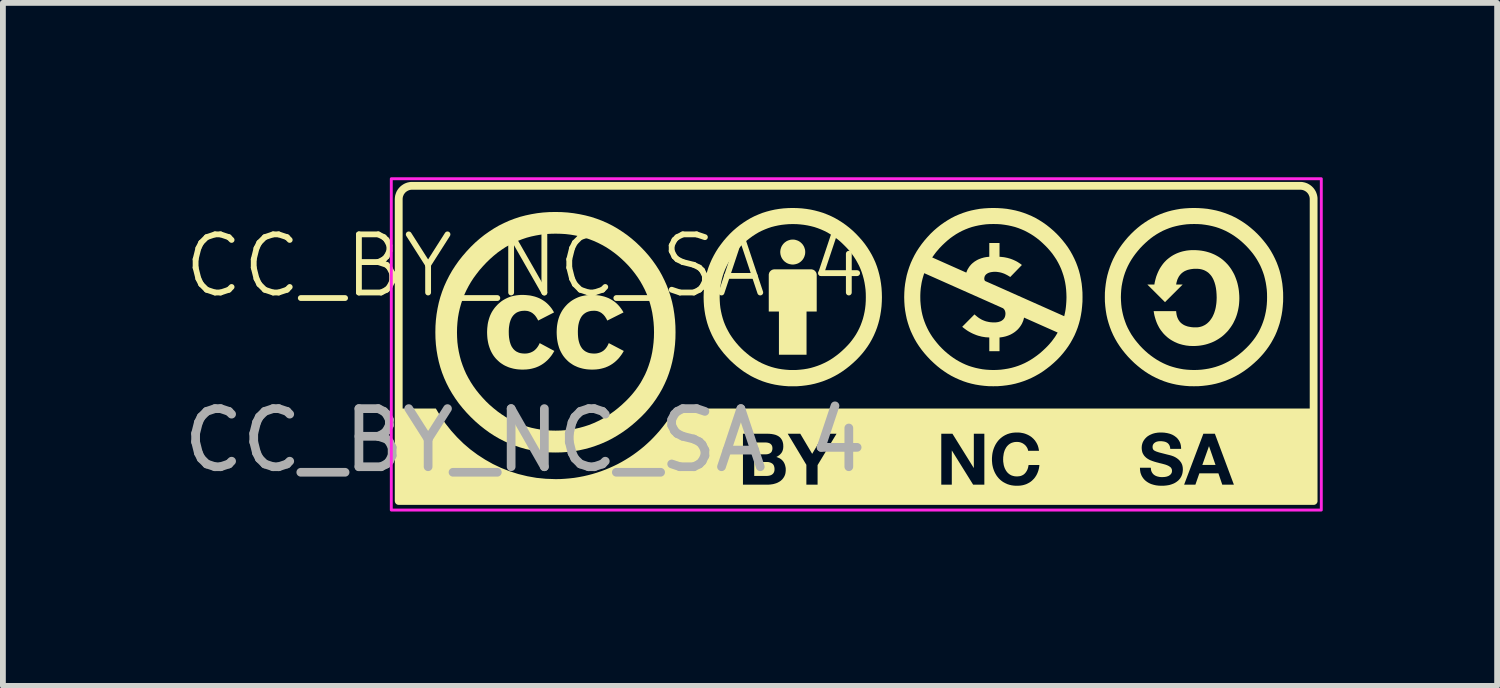
<source format=kicad_pcb>
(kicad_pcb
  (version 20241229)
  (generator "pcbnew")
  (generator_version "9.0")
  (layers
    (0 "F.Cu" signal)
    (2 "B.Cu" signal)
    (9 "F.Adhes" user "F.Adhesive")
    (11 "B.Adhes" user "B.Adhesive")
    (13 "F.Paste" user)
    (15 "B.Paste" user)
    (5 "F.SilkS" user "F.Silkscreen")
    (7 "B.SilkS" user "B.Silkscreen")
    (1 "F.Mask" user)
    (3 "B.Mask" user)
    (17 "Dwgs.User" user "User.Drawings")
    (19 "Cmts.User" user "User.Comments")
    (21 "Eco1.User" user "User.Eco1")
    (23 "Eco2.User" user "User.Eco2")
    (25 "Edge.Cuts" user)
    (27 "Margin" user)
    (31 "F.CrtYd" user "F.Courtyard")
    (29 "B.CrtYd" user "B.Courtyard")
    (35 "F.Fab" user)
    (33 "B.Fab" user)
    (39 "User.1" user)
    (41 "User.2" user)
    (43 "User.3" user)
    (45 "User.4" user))
  (footprint "CC_BY_NC_SA 4"
    (layer "F.Cu")
    (at 5.982 2.025)
    (property "Reference" "CC_BY_NC_SA 4" (at 0 -0.5 0) (unlocked yes) (layer "F.SilkS") (effects (font (size 1 1) (thickness 0.1))))
    (fp_poly (pts (xy 11.88 2.924) (xy 11.653 2.924) (xy 11.767 2.603) (xy 11.769 2.603)) (stroke (width 0) (type solid)) (fill yes) (layer "F.SilkS"))
    (fp_poly (pts (xy 4.925 -0.441) (xy 4.93 -0.441) (xy 4.935 -0.44) (xy 4.94 -0.439) (xy 4.945 -0.438) (xy 4.95 -0.437) (xy 4.954 -0.435) (xy 4.959 -0.434) (xy 4.963 -0.432) (xy 4.968 -0.429) (xy 4.972 -0.427) (xy 4.976 -0.425) (xy 4.98 -0.422) (xy 4.983 -0.419) (xy 4.987 -0.416) (xy 4.99 -0.412) (xy 4.994 -0.409) (xy 4.997 -0.405) (xy 5 -0.402) (xy 5.002 -0.398) (xy 5.005 -0.394) (xy 5.007 -0.39) (xy 5.01 -0.385) (xy 5.012 -0.381) (xy 5.013 -0.376) (xy 5.015 -0.372) (xy 5.016 -0.367) (xy 5.017 -0.362) (xy 5.018 -0.357) (xy 5.019 -0.352) (xy 5.019 -0.347) (xy 5.019 -0.342) (xy 5.019 0.285) (xy 4.844 0.285) (xy 4.844 1.028) (xy 4.369 1.028) (xy 4.369 0.285) (xy 4.194 0.285) (xy 4.194 -0.342) (xy 4.194 -0.347) (xy 4.194 -0.352) (xy 4.195 -0.357) (xy 4.196 -0.362) (xy 4.197 -0.367) (xy 4.198 -0.372) (xy 4.2 -0.376) (xy 4.201 -0.381) (xy 4.203 -0.385) (xy 4.206 -0.39) (xy 4.208 -0.394) (xy 4.211 -0.398) (xy 4.213 -0.402) (xy 4.216 -0.405) (xy 4.219 -0.409) (xy 4.223 -0.412) (xy 4.226 -0.416) (xy 4.23 -0.419) (xy 4.234 -0.422) (xy 4.237 -0.425) (xy 4.241 -0.427) (xy 4.246 -0.429) (xy 4.25 -0.432) (xy 4.254 -0.434) (xy 4.259 -0.435) (xy 4.263 -0.437) (xy 4.268 -0.438) (xy 4.273 -0.439) (xy 4.278 -0.44) (xy 4.283 -0.441) (xy 4.288 -0.441) (xy 4.293 -0.441) (xy 4.92 -0.441)) (stroke (width 0) (type solid)) (fill yes) (layer "F.SilkS"))
    (fp_poly (pts (xy 4.162 2.873) (xy 4.169 2.873) (xy 4.177 2.874) (xy 4.184 2.874) (xy 4.191 2.875) (xy 4.197 2.877) (xy 4.204 2.878) (xy 4.21 2.88) (xy 4.217 2.882) (xy 4.223 2.884) (xy 4.228 2.886) (xy 4.234 2.889) (xy 4.24 2.892) (xy 4.245 2.895) (xy 4.25 2.898) (xy 4.255 2.901) (xy 4.259 2.905) (xy 4.264 2.909) (xy 4.268 2.914) (xy 4.271 2.918) (xy 4.275 2.923) (xy 4.278 2.928) (xy 4.281 2.934) (xy 4.283 2.94) (xy 4.285 2.946) (xy 4.287 2.952) (xy 4.289 2.959) (xy 4.29 2.966) (xy 4.292 2.974) (xy 4.292 2.981) (xy 4.293 2.989) (xy 4.293 2.998) (xy 4.293 3.002) (xy 4.293 3.006) (xy 4.292 3.01) (xy 4.292 3.014) (xy 4.292 3.018) (xy 4.291 3.022) (xy 4.291 3.026) (xy 4.29 3.029) (xy 4.289 3.033) (xy 4.288 3.036) (xy 4.287 3.039) (xy 4.286 3.042) (xy 4.285 3.045) (xy 4.284 3.048) (xy 4.282 3.051) (xy 4.281 3.054) (xy 4.279 3.057) (xy 4.278 3.059) (xy 4.276 3.062) (xy 4.275 3.065) (xy 4.273 3.067) (xy 4.271 3.069) (xy 4.269 3.072) (xy 4.267 3.074) (xy 4.265 3.076) (xy 4.263 3.078) (xy 4.261 3.08) (xy 4.259 3.082) (xy 4.257 3.084) (xy 4.255 3.086) (xy 4.252 3.087) (xy 4.25 3.089) (xy 4.247 3.091) (xy 4.245 3.092) (xy 4.242 3.094) (xy 4.24 3.095) (xy 4.237 3.097) (xy 4.234 3.098) (xy 4.231 3.099) (xy 4.229 3.1) (xy 4.226 3.101) (xy 4.223 3.103) (xy 4.22 3.104) (xy 4.217 3.104) (xy 4.214 3.105) (xy 4.21 3.106) (xy 4.207 3.107) (xy 4.204 3.108) (xy 4.198 3.109) (xy 4.191 3.11) (xy 4.184 3.111) (xy 4.178 3.112) (xy 4.171 3.112) (xy 4.164 3.113) (xy 4.157 3.113) (xy 4.15 3.113) (xy 3.944 3.113) (xy 3.944 2.873) (xy 4.154 2.873)) (stroke (width 0) (type solid)) (fill yes) (layer "F.SilkS"))
    (fp_poly (pts (xy 4.13 2.537) (xy 4.137 2.537) (xy 4.143 2.537) (xy 4.15 2.538) (xy 4.156 2.538) (xy 4.162 2.539) (xy 4.168 2.54) (xy 4.174 2.541) (xy 4.177 2.542) (xy 4.18 2.542) (xy 4.183 2.543) (xy 4.186 2.544) (xy 4.188 2.544) (xy 4.191 2.545) (xy 4.194 2.546) (xy 4.197 2.547) (xy 4.199 2.548) (xy 4.202 2.549) (xy 4.204 2.55) (xy 4.207 2.551) (xy 4.209 2.552) (xy 4.212 2.554) (xy 4.214 2.555) (xy 4.216 2.556) (xy 4.219 2.558) (xy 4.221 2.559) (xy 4.223 2.561) (xy 4.225 2.563) (xy 4.227 2.564) (xy 4.229 2.566) (xy 4.231 2.568) (xy 4.233 2.57) (xy 4.235 2.572) (xy 4.237 2.574) (xy 4.238 2.576) (xy 4.24 2.578) (xy 4.241 2.58) (xy 4.243 2.582) (xy 4.244 2.585) (xy 4.246 2.587) (xy 4.247 2.59) (xy 4.248 2.592) (xy 4.25 2.595) (xy 4.251 2.598) (xy 4.252 2.6) (xy 4.252 2.603) (xy 4.253 2.606) (xy 4.254 2.609) (xy 4.255 2.613) (xy 4.255 2.616) (xy 4.256 2.619) (xy 4.256 2.623) (xy 4.256 2.626) (xy 4.257 2.63) (xy 4.257 2.634) (xy 4.257 2.637) (xy 4.257 2.644) (xy 4.256 2.651) (xy 4.256 2.657) (xy 4.255 2.663) (xy 4.253 2.669) (xy 4.252 2.674) (xy 4.25 2.68) (xy 4.248 2.685) (xy 4.246 2.69) (xy 4.244 2.694) (xy 4.243 2.696) (xy 4.241 2.699) (xy 4.24 2.701) (xy 4.238 2.703) (xy 4.237 2.705) (xy 4.235 2.707) (xy 4.233 2.709) (xy 4.231 2.71) (xy 4.23 2.712) (xy 4.228 2.714) (xy 4.226 2.715) (xy 4.224 2.717) (xy 4.219 2.72) (xy 4.215 2.723) (xy 4.211 2.725) (xy 4.206 2.728) (xy 4.201 2.73) (xy 4.196 2.732) (xy 4.191 2.734) (xy 4.186 2.735) (xy 4.181 2.737) (xy 4.175 2.738) (xy 4.169 2.739) (xy 4.164 2.74) (xy 4.158 2.74) (xy 4.152 2.741) (xy 4.145 2.741) (xy 4.139 2.741) (xy 3.944 2.741) (xy 3.944 2.537) (xy 4.124 2.537)) (stroke (width 0) (type solid)) (fill yes) (layer "F.SilkS"))
    (fp_poly (pts (xy 4.618 -0.953) (xy 4.629 -0.952) (xy 4.639 -0.951) (xy 4.65 -0.949) (xy 4.66 -0.946) (xy 4.67 -0.943) (xy 4.68 -0.94) (xy 4.69 -0.936) (xy 4.7 -0.932) (xy 4.709 -0.927) (xy 4.718 -0.922) (xy 4.727 -0.916) (xy 4.735 -0.91) (xy 4.743 -0.904) (xy 4.751 -0.897) (xy 4.758 -0.89) (xy 4.765 -0.883) (xy 4.772 -0.875) (xy 4.779 -0.867) (xy 4.784 -0.858) (xy 4.79 -0.85) (xy 4.795 -0.841) (xy 4.8 -0.832) (xy 4.804 -0.822) (xy 4.808 -0.812) (xy 4.811 -0.802) (xy 4.814 -0.792) (xy 4.817 -0.782) (xy 4.819 -0.771) (xy 4.82 -0.761) (xy 4.821 -0.75) (xy 4.821 -0.739) (xy 4.821 -0.728) (xy 4.82 -0.717) (xy 4.819 -0.706) (xy 4.817 -0.695) (xy 4.814 -0.685) (xy 4.811 -0.675) (xy 4.808 -0.665) (xy 4.804 -0.655) (xy 4.8 -0.646) (xy 4.795 -0.636) (xy 4.79 -0.627) (xy 4.784 -0.619) (xy 4.779 -0.61) (xy 4.772 -0.602) (xy 4.765 -0.594) (xy 4.758 -0.587) (xy 4.751 -0.58) (xy 4.743 -0.573) (xy 4.735 -0.567) (xy 4.727 -0.561) (xy 4.718 -0.555) (xy 4.709 -0.55) (xy 4.7 -0.545) (xy 4.69 -0.541) (xy 4.68 -0.537) (xy 4.67 -0.534) (xy 4.66 -0.531) (xy 4.65 -0.529) (xy 4.639 -0.527) (xy 4.629 -0.525) (xy 4.618 -0.524) (xy 4.607 -0.524) (xy 4.596 -0.524) (xy 4.585 -0.525) (xy 4.574 -0.527) (xy 4.563 -0.529) (xy 4.553 -0.531) (xy 4.543 -0.534) (xy 4.533 -0.537) (xy 4.523 -0.541) (xy 4.514 -0.545) (xy 4.504 -0.55) (xy 4.495 -0.555) (xy 4.487 -0.561) (xy 4.478 -0.567) (xy 4.47 -0.573) (xy 4.462 -0.58) (xy 4.455 -0.587) (xy 4.448 -0.594) (xy 4.441 -0.602) (xy 4.435 -0.61) (xy 4.429 -0.619) (xy 4.423 -0.627) (xy 4.418 -0.636) (xy 4.413 -0.646) (xy 4.409 -0.655) (xy 4.405 -0.665) (xy 4.402 -0.675) (xy 4.399 -0.685) (xy 4.396 -0.695) (xy 4.395 -0.706) (xy 4.393 -0.717) (xy 4.392 -0.728) (xy 4.392 -0.739) (xy 4.392 -0.75) (xy 4.393 -0.761) (xy 4.395 -0.771) (xy 4.396 -0.782) (xy 4.399 -0.792) (xy 4.402 -0.802) (xy 4.405 -0.812) (xy 4.409 -0.822) (xy 4.413 -0.832) (xy 4.418 -0.841) (xy 4.423 -0.85) (xy 4.429 -0.858) (xy 4.435 -0.867) (xy 4.441 -0.875) (xy 4.448 -0.883) (xy 4.455 -0.89) (xy 4.462 -0.897) (xy 4.47 -0.904) (xy 4.478 -0.91) (xy 4.487 -0.916) (xy 4.495 -0.922) (xy 4.504 -0.927) (xy 4.514 -0.932) (xy 4.523 -0.936) (xy 4.533 -0.94) (xy 4.543 -0.943) (xy 4.553 -0.946) (xy 4.563 -0.949) (xy 4.574 -0.951) (xy 4.585 -0.952) (xy 4.596 -0.953) (xy 4.607 -0.953)) (stroke (width 0) (type solid)) (fill yes) (layer "F.SilkS"))
    (fp_poly (pts (xy 0 0) (xy 0.045 0.004) (xy 0.089 0.009) (xy 0.131 0.018) (xy 0.171 0.028) (xy 0.209 0.041) (xy 0.246 0.056) (xy 0.281 0.074) (xy 0.314 0.094) (xy 0.346 0.116) (xy 0.376 0.141) (xy 0.404 0.168) (xy 0.431 0.198) (xy 0.456 0.229) (xy 0.479 0.264) (xy 0.5 0.3) (xy 0.227 0.44) (xy 0.217 0.42) (xy 0.206 0.401) (xy 0.195 0.383) (xy 0.183 0.366) (xy 0.171 0.351) (xy 0.158 0.337) (xy 0.151 0.331) (xy 0.144 0.325) (xy 0.137 0.319) (xy 0.13 0.313) (xy 0.123 0.308) (xy 0.115 0.304) (xy 0.108 0.299) (xy 0.1 0.295) (xy 0.092 0.291) (xy 0.084 0.288) (xy 0.075 0.285) (xy 0.067 0.282) (xy 0.059 0.279) (xy 0.05 0.277) (xy 0.041 0.275) (xy 0.032 0.274) (xy 0.023 0.273) (xy 0.013 0.272) (xy -0.006 0.271) (xy -0.022 0.272) (xy -0.039 0.273) (xy -0.054 0.274) (xy -0.07 0.277) (xy -0.084 0.28) (xy -0.098 0.284) (xy -0.112 0.289) (xy -0.125 0.294) (xy -0.138 0.3) (xy -0.15 0.307) (xy -0.161 0.315) (xy -0.172 0.323) (xy -0.182 0.332) (xy -0.192 0.342) (xy -0.202 0.352) (xy -0.21 0.363) (xy -0.219 0.375) (xy -0.227 0.388) (xy -0.234 0.401) (xy -0.24 0.415) (xy -0.247 0.43) (xy -0.252 0.445) (xy -0.257 0.461) (xy -0.262 0.478) (xy -0.266 0.496) (xy -0.269 0.514) (xy -0.272 0.533) (xy -0.275 0.553) (xy -0.277 0.573) (xy -0.278 0.595) (xy -0.279 0.616) (xy -0.279 0.639) (xy -0.278 0.684) (xy -0.275 0.725) (xy -0.269 0.764) (xy -0.262 0.8) (xy -0.252 0.833) (xy -0.247 0.849) (xy -0.24 0.864) (xy -0.234 0.878) (xy -0.227 0.891) (xy -0.219 0.903) (xy -0.21 0.915) (xy -0.202 0.927) (xy -0.192 0.937) (xy -0.182 0.947) (xy -0.172 0.956) (xy -0.161 0.964) (xy -0.15 0.972) (xy -0.138 0.978) (xy -0.125 0.984) (xy -0.112 0.99) (xy -0.098 0.995) (xy -0.084 0.999) (xy -0.07 1.002) (xy -0.054 1.004) (xy -0.039 1.006) (xy -0.022 1.007) (xy -0.006 1.008) (xy 0.017 1.007) (xy 0.038 1.005) (xy 0.059 1.001) (xy 0.078 0.996) (xy 0.097 0.99) (xy 0.115 0.982) (xy 0.133 0.973) (xy 0.149 0.963) (xy 0.165 0.951) (xy 0.18 0.937) (xy 0.194 0.923) (xy 0.208 0.906) (xy 0.22 0.889) (xy 0.232 0.87) (xy 0.243 0.849) (xy 0.253 0.828) (xy 0.505 0.963) (xy 0.482 1.001) (xy 0.47 1.02) (xy 0.458 1.038) (xy 0.445 1.055) (xy 0.431 1.072) (xy 0.418 1.088) (xy 0.404 1.103) (xy 0.39 1.118) (xy 0.375 1.132) (xy 0.36 1.145) (xy 0.345 1.158) (xy 0.329 1.17) (xy 0.313 1.182) (xy 0.296 1.193) (xy 0.28 1.203) (xy 0.262 1.213) (xy 0.245 1.222) (xy 0.227 1.231) (xy 0.209 1.238) (xy 0.19 1.246) (xy 0.172 1.252) (xy 0.152 1.258) (xy 0.133 1.263) (xy 0.113 1.268) (xy 0.093 1.272) (xy 0.072 1.276) (xy 0.051 1.278) (xy 0.03 1.281) (xy 0.008 1.282) (xy -0.037 1.284) (xy -0.071 1.283) (xy -0.105 1.281) (xy -0.137 1.278) (xy -0.169 1.273) (xy -0.2 1.267) (xy -0.23 1.259) (xy -0.259 1.251) (xy -0.288 1.241) (xy -0.315 1.229) (xy -0.342 1.217) (xy -0.368 1.203) (xy -0.393 1.187) (xy -0.417 1.171) (xy -0.44 1.153) (xy -0.462 1.133) (xy -0.484 1.112) (xy -0.504 1.091) (xy -0.523 1.068) (xy -0.541 1.044) (xy -0.557 1.019) (xy -0.572 0.993) (xy -0.586 0.966) (xy -0.598 0.938) (xy -0.609 0.909) (xy -0.619 0.879) (xy -0.628 0.848) (xy -0.635 0.816) (xy -0.641 0.783) (xy -0.646 0.749) (xy -0.649 0.714) (xy -0.651 0.678) (xy -0.652 0.641) (xy -0.651 0.605) (xy -0.649 0.569) (xy -0.645 0.535) (xy -0.641 0.501) (xy -0.635 0.469) (xy -0.627 0.437) (xy -0.618 0.406) (xy -0.608 0.376) (xy -0.597 0.348) (xy -0.584 0.32) (xy -0.57 0.293) (xy -0.554 0.267) (xy -0.537 0.242) (xy -0.519 0.218) (xy -0.499 0.195) (xy -0.478 0.172) (xy -0.456 0.151) (xy -0.434 0.132) (xy -0.411 0.113) (xy -0.387 0.096) (xy -0.362 0.081) (xy -0.337 0.067) (xy -0.311 0.054) (xy -0.284 0.042) (xy -0.257 0.032) (xy -0.229 0.023) (xy -0.2 0.016) (xy -0.171 0.01) (xy -0.141 0.005) (xy -0.11 0.002) (xy -0.079 -0.000497) (xy -0.047 -0.001)) (stroke (width 0) (type solid)) (fill yes) (layer "F.SilkS"))
    (fp_poly (pts (xy 1.196 0) (xy 1.241 0.004) (xy 1.284 0.009) (xy 1.326 0.018) (xy 1.366 0.028) (xy 1.404 0.041) (xy 1.441 0.056) (xy 1.476 0.074) (xy 1.509 0.094) (xy 1.541 0.116) (xy 1.571 0.141) (xy 1.599 0.168) (xy 1.626 0.198) (xy 1.65 0.229) (xy 1.674 0.264) (xy 1.695 0.3) (xy 1.416 0.44) (xy 1.406 0.42) (xy 1.396 0.401) (xy 1.384 0.383) (xy 1.373 0.366) (xy 1.36 0.351) (xy 1.348 0.337) (xy 1.334 0.325) (xy 1.327 0.319) (xy 1.32 0.313) (xy 1.313 0.308) (xy 1.306 0.304) (xy 1.298 0.299) (xy 1.291 0.295) (xy 1.283 0.291) (xy 1.275 0.288) (xy 1.267 0.285) (xy 1.259 0.282) (xy 1.251 0.279) (xy 1.242 0.277) (xy 1.234 0.275) (xy 1.225 0.274) (xy 1.216 0.273) (xy 1.207 0.272) (xy 1.189 0.271) (xy 1.171 0.272) (xy 1.155 0.273) (xy 1.139 0.274) (xy 1.123 0.277) (xy 1.108 0.28) (xy 1.094 0.284) (xy 1.08 0.289) (xy 1.067 0.294) (xy 1.054 0.3) (xy 1.042 0.307) (xy 1.03 0.315) (xy 1.019 0.323) (xy 1.008 0.332) (xy 0.998 0.342) (xy 0.988 0.352) (xy 0.979 0.363) (xy 0.971 0.375) (xy 0.963 0.388) (xy 0.956 0.401) (xy 0.949 0.415) (xy 0.943 0.43) (xy 0.937 0.445) (xy 0.932 0.461) (xy 0.927 0.478) (xy 0.923 0.496) (xy 0.919 0.514) (xy 0.916 0.533) (xy 0.914 0.553) (xy 0.912 0.573) (xy 0.911 0.595) (xy 0.91 0.616) (xy 0.91 0.639) (xy 0.911 0.684) (xy 0.914 0.725) (xy 0.919 0.764) (xy 0.927 0.8) (xy 0.937 0.833) (xy 0.943 0.849) (xy 0.949 0.864) (xy 0.956 0.878) (xy 0.963 0.891) (xy 0.971 0.903) (xy 0.979 0.915) (xy 0.988 0.927) (xy 0.998 0.937) (xy 1.008 0.947) (xy 1.019 0.956) (xy 1.03 0.964) (xy 1.042 0.972) (xy 1.054 0.978) (xy 1.067 0.984) (xy 1.08 0.99) (xy 1.094 0.995) (xy 1.108 0.999) (xy 1.123 1.002) (xy 1.139 1.004) (xy 1.155 1.006) (xy 1.171 1.007) (xy 1.189 1.008) (xy 1.211 1.007) (xy 1.232 1.005) (xy 1.253 1.001) (xy 1.272 0.996) (xy 1.291 0.99) (xy 1.309 0.982) (xy 1.318 0.978) (xy 1.326 0.973) (xy 1.335 0.968) (xy 1.343 0.963) (xy 1.358 0.951) (xy 1.373 0.937) (xy 1.386 0.923) (xy 1.399 0.906) (xy 1.411 0.889) (xy 1.422 0.87) (xy 1.432 0.849) (xy 1.442 0.828) (xy 1.7 0.963) (xy 1.677 1.001) (xy 1.665 1.02) (xy 1.652 1.038) (xy 1.639 1.055) (xy 1.626 1.072) (xy 1.613 1.088) (xy 1.599 1.103) (xy 1.584 1.118) (xy 1.57 1.132) (xy 1.555 1.145) (xy 1.54 1.158) (xy 1.524 1.17) (xy 1.508 1.182) (xy 1.491 1.193) (xy 1.475 1.203) (xy 1.458 1.213) (xy 1.44 1.222) (xy 1.422 1.231) (xy 1.404 1.238) (xy 1.386 1.246) (xy 1.367 1.252) (xy 1.348 1.258) (xy 1.328 1.263) (xy 1.308 1.268) (xy 1.288 1.272) (xy 1.267 1.276) (xy 1.247 1.278) (xy 1.225 1.281) (xy 1.204 1.282) (xy 1.159 1.284) (xy 1.125 1.283) (xy 1.091 1.281) (xy 1.059 1.278) (xy 1.027 1.273) (xy 0.996 1.267) (xy 0.966 1.259) (xy 0.937 1.251) (xy 0.908 1.241) (xy 0.881 1.229) (xy 0.854 1.217) (xy 0.828 1.203) (xy 0.804 1.187) (xy 0.78 1.171) (xy 0.756 1.153) (xy 0.734 1.133) (xy 0.713 1.112) (xy 0.693 1.091) (xy 0.674 1.068) (xy 0.656 1.044) (xy 0.64 1.019) (xy 0.625 0.993) (xy 0.611 0.966) (xy 0.598 0.938) (xy 0.587 0.909) (xy 0.578 0.879) (xy 0.569 0.848) (xy 0.562 0.816) (xy 0.556 0.783) (xy 0.551 0.749) (xy 0.548 0.714) (xy 0.546 0.678) (xy 0.545 0.641) (xy 0.546 0.605) (xy 0.548 0.569) (xy 0.551 0.535) (xy 0.556 0.501) (xy 0.562 0.469) (xy 0.569 0.437) (xy 0.578 0.406) (xy 0.588 0.376) (xy 0.599 0.348) (xy 0.612 0.32) (xy 0.626 0.293) (xy 0.641 0.267) (xy 0.658 0.242) (xy 0.676 0.218) (xy 0.695 0.195) (xy 0.716 0.172) (xy 0.737 0.151) (xy 0.76 0.132) (xy 0.783 0.113) (xy 0.807 0.096) (xy 0.831 0.081) (xy 0.856 0.067) (xy 0.882 0.054) (xy 0.909 0.042) (xy 0.936 0.032) (xy 0.964 0.023) (xy 0.993 0.016) (xy 1.023 0.01) (xy 1.053 0.005) (xy 1.084 0.002) (xy 1.116 -0.000497) (xy 1.149 -0.001)) (stroke (width 0) (type solid)) (fill yes) (layer "F.SilkS"))
    (fp_poly (pts (xy 11.547 -0.771) (xy 11.591 -0.768) (xy 11.634 -0.763) (xy 11.676 -0.756) (xy 11.717 -0.747) (xy 11.756 -0.736) (xy 11.794 -0.724) (xy 11.831 -0.709) (xy 11.867 -0.693) (xy 11.901 -0.675) (xy 11.934 -0.656) (xy 11.966 -0.635) (xy 11.997 -0.612) (xy 12.025 -0.588) (xy 12.053 -0.562) (xy 12.079 -0.535) (xy 12.104 -0.507) (xy 12.127 -0.477) (xy 12.149 -0.446) (xy 12.169 -0.413) (xy 12.188 -0.38) (xy 12.206 -0.345) (xy 12.221 -0.309) (xy 12.235 -0.272) (xy 12.248 -0.234) (xy 12.259 -0.195) (xy 12.268 -0.155) (xy 12.276 -0.114) (xy 12.282 -0.073) (xy 12.286 -0.03) (xy 12.289 0.013) (xy 12.29 0.057) (xy 12.289 0.1) (xy 12.286 0.143) (xy 12.282 0.184) (xy 12.275 0.225) (xy 12.267 0.265) (xy 12.257 0.305) (xy 12.246 0.343) (xy 12.233 0.38) (xy 12.218 0.417) (xy 12.201 0.452) (xy 12.184 0.487) (xy 12.164 0.52) (xy 12.143 0.552) (xy 12.12 0.583) (xy 12.097 0.613) (xy 12.071 0.641) (xy 12.044 0.668) (xy 12.016 0.694) (xy 11.987 0.718) (xy 11.956 0.74) (xy 11.924 0.761) (xy 11.89 0.781) (xy 11.856 0.799) (xy 11.82 0.815) (xy 11.783 0.829) (xy 11.745 0.842) (xy 11.706 0.853) (xy 11.665 0.862) (xy 11.624 0.869) (xy 11.582 0.874) (xy 11.538 0.877) (xy 11.494 0.878) (xy 11.433 0.876) (xy 11.373 0.869) (xy 11.314 0.857) (xy 11.285 0.849) (xy 11.257 0.841) (xy 11.229 0.831) (xy 11.202 0.819) (xy 11.175 0.807) (xy 11.149 0.793) (xy 11.124 0.779) (xy 11.099 0.763) (xy 11.075 0.746) (xy 11.052 0.728) (xy 11.03 0.708) (xy 11.008 0.688) (xy 10.987 0.666) (xy 10.968 0.643) (xy 10.949 0.619) (xy 10.931 0.594) (xy 10.914 0.568) (xy 10.899 0.54) (xy 10.884 0.511) (xy 10.871 0.482) (xy 10.859 0.451) (xy 10.848 0.418) (xy 10.838 0.385) (xy 10.829 0.351) (xy 10.822 0.315) (xy 10.816 0.278) (xy 11.203 0.278) (xy 11.204 0.297) (xy 11.207 0.316) (xy 11.209 0.333) (xy 11.213 0.35) (xy 11.217 0.366) (xy 11.222 0.381) (xy 11.227 0.395) (xy 11.234 0.409) (xy 11.24 0.422) (xy 11.248 0.435) (xy 11.256 0.446) (xy 11.264 0.458) (xy 11.273 0.468) (xy 11.283 0.478) (xy 11.293 0.487) (xy 11.304 0.495) (xy 11.315 0.503) (xy 11.327 0.511) (xy 11.339 0.517) (xy 11.352 0.524) (xy 11.365 0.529) (xy 11.379 0.534) (xy 11.393 0.539) (xy 11.408 0.543) (xy 11.423 0.546) (xy 11.439 0.549) (xy 11.471 0.554) (xy 11.505 0.557) (xy 11.54 0.557) (xy 11.56 0.557) (xy 11.58 0.555) (xy 11.599 0.552) (xy 11.618 0.548) (xy 11.636 0.543) (xy 11.654 0.537) (xy 11.671 0.529) (xy 11.688 0.521) (xy 11.704 0.512) (xy 11.72 0.501) (xy 11.735 0.49) (xy 11.749 0.477) (xy 11.763 0.464) (xy 11.777 0.449) (xy 11.789 0.434) (xy 11.801 0.417) (xy 11.813 0.4) (xy 11.824 0.382) (xy 11.834 0.363) (xy 11.843 0.343) (xy 11.852 0.323) (xy 11.86 0.301) (xy 11.867 0.279) (xy 11.874 0.256) (xy 11.88 0.232) (xy 11.885 0.208) (xy 11.889 0.182) (xy 11.893 0.156) (xy 11.896 0.129) (xy 11.898 0.102) (xy 11.899 0.074) (xy 11.9 0.045) (xy 11.898 -0.014) (xy 11.894 -0.069) (xy 11.887 -0.121) (xy 11.877 -0.169) (xy 11.864 -0.214) (xy 11.849 -0.254) (xy 11.84 -0.273) (xy 11.831 -0.291) (xy 11.82 -0.309) (xy 11.81 -0.325) (xy 11.798 -0.34) (xy 11.786 -0.354) (xy 11.773 -0.367) (xy 11.76 -0.38) (xy 11.746 -0.391) (xy 11.731 -0.401) (xy 11.715 -0.411) (xy 11.699 -0.419) (xy 11.683 -0.427) (xy 11.665 -0.433) (xy 11.647 -0.439) (xy 11.628 -0.443) (xy 11.609 -0.447) (xy 11.589 -0.449) (xy 11.568 -0.451) (xy 11.547 -0.451) (xy 11.516 -0.451) (xy 11.485 -0.448) (xy 11.456 -0.444) (xy 11.427 -0.438) (xy 11.399 -0.431) (xy 11.373 -0.421) (xy 11.36 -0.415) (xy 11.347 -0.409) (xy 11.335 -0.402) (xy 11.324 -0.394) (xy 11.312 -0.386) (xy 11.301 -0.377) (xy 11.291 -0.368) (xy 11.281 -0.358) (xy 11.272 -0.347) (xy 11.263 -0.336) (xy 11.254 -0.324) (xy 11.246 -0.311) (xy 11.239 -0.297) (xy 11.232 -0.283) (xy 11.225 -0.268) (xy 11.22 -0.252) (xy 11.215 -0.235) (xy 11.21 -0.218) (xy 11.206 -0.199) (xy 11.203 -0.18) (xy 11.315 -0.18) (xy 11.011 0.123) (xy 10.707 -0.18) (xy 10.828 -0.18) (xy 10.834 -0.216) (xy 10.842 -0.25) (xy 10.851 -0.284) (xy 10.86 -0.316) (xy 10.872 -0.348) (xy 10.884 -0.378) (xy 10.897 -0.407) (xy 10.911 -0.435) (xy 10.926 -0.462) (xy 10.943 -0.488) (xy 10.96 -0.513) (xy 10.978 -0.537) (xy 10.997 -0.56) (xy 11.017 -0.581) (xy 11.038 -0.602) (xy 11.06 -0.621) (xy 11.083 -0.639) (xy 11.106 -0.656) (xy 11.13 -0.672) (xy 11.155 -0.687) (xy 11.18 -0.7) (xy 11.207 -0.713) (xy 11.234 -0.724) (xy 11.261 -0.734) (xy 11.289 -0.743) (xy 11.318 -0.751) (xy 11.347 -0.757) (xy 11.377 -0.763) (xy 11.408 -0.767) (xy 11.439 -0.77) (xy 11.47 -0.772) (xy 11.502 -0.772)) (stroke (width 0) (type solid)) (fill yes) (layer "F.SilkS"))
    (fp_poly (pts (xy 4.684 -1.495) (xy 4.763 -1.49) (xy 4.84 -1.481) (xy 4.915 -1.469) (xy 4.988 -1.453) (xy 5.06 -1.434) (xy 5.131 -1.412) (xy 5.2 -1.385) (xy 5.267 -1.356) (xy 5.333 -1.323) (xy 5.397 -1.286) (xy 5.46 -1.246) (xy 5.521 -1.203) (xy 5.581 -1.156) (xy 5.639 -1.106) (xy 5.695 -1.052) (xy 5.749 -0.995) (xy 5.8 -0.937) (xy 5.847 -0.878) (xy 5.89 -0.817) (xy 5.93 -0.754) (xy 5.967 -0.69) (xy 6 -0.624) (xy 6.03 -0.557) (xy 6.056 -0.488) (xy 6.078 -0.418) (xy 6.097 -0.346) (xy 6.113 -0.272) (xy 6.125 -0.197) (xy 6.134 -0.121) (xy 6.139 -0.042) (xy 6.141 0.038) (xy 6.139 0.117) (xy 6.134 0.195) (xy 6.125 0.272) (xy 6.113 0.346) (xy 6.098 0.42) (xy 6.079 0.491) (xy 6.057 0.561) (xy 6.031 0.629) (xy 6.002 0.696) (xy 5.97 0.76) (xy 5.934 0.824) (xy 5.895 0.885) (xy 5.852 0.945) (xy 5.806 1.003) (xy 5.756 1.06) (xy 5.703 1.115) (xy 5.644 1.17) (xy 5.584 1.222) (xy 5.523 1.27) (xy 5.46 1.315) (xy 5.396 1.356) (xy 5.331 1.393) (xy 5.264 1.427) (xy 5.196 1.457) (xy 5.127 1.484) (xy 5.056 1.507) (xy 4.984 1.527) (xy 4.911 1.543) (xy 4.836 1.555) (xy 4.76 1.564) (xy 4.683 1.57) (xy 4.604 1.571) (xy 4.527 1.57) (xy 4.451 1.564) (xy 4.376 1.555) (xy 4.302 1.543) (xy 4.23 1.527) (xy 4.16 1.508) (xy 4.09 1.485) (xy 4.022 1.458) (xy 3.955 1.428) (xy 3.89 1.395) (xy 3.826 1.357) (xy 3.763 1.317) (xy 3.702 1.272) (xy 3.642 1.225) (xy 3.583 1.173) (xy 3.525 1.119) (xy 3.471 1.061) (xy 3.419 1.003) (xy 3.372 0.943) (xy 3.327 0.882) (xy 3.287 0.819) (xy 3.25 0.755) (xy 3.216 0.689) (xy 3.186 0.622) (xy 3.159 0.554) (xy 3.136 0.484) (xy 3.117 0.413) (xy 3.101 0.341) (xy 3.089 0.267) (xy 3.08 0.192) (xy 3.075 0.115) (xy 3.073 0.038) (xy 3.349 0.038) (xy 3.351 0.101) (xy 3.355 0.163) (xy 3.362 0.224) (xy 3.373 0.284) (xy 3.386 0.343) (xy 3.402 0.401) (xy 3.42 0.457) (xy 3.442 0.513) (xy 3.467 0.568) (xy 3.495 0.621) (xy 3.525 0.674) (xy 3.559 0.725) (xy 3.595 0.775) (xy 3.634 0.824) (xy 3.676 0.872) (xy 3.721 0.919) (xy 3.768 0.964) (xy 3.817 1.006) (xy 3.866 1.046) (xy 3.917 1.082) (xy 3.968 1.115) (xy 4.021 1.146) (xy 4.075 1.174) (xy 4.13 1.198) (xy 4.186 1.22) (xy 4.243 1.239) (xy 4.301 1.255) (xy 4.36 1.268) (xy 4.421 1.278) (xy 4.482 1.285) (xy 4.545 1.29) (xy 4.609 1.291) (xy 4.672 1.29) (xy 4.735 1.285) (xy 4.797 1.278) (xy 4.858 1.268) (xy 4.917 1.255) (xy 4.976 1.238) (xy 5.033 1.219) (xy 5.09 1.197) (xy 5.145 1.172) (xy 5.199 1.145) (xy 5.253 1.114) (xy 5.305 1.08) (xy 5.356 1.043) (xy 5.406 1.004) (xy 5.455 0.961) (xy 5.503 0.916) (xy 5.547 0.871) (xy 5.588 0.826) (xy 5.626 0.778) (xy 5.661 0.73) (xy 5.694 0.68) (xy 5.723 0.629) (xy 5.75 0.576) (xy 5.774 0.522) (xy 5.795 0.466) (xy 5.814 0.409) (xy 5.829 0.351) (xy 5.842 0.291) (xy 5.852 0.23) (xy 5.859 0.167) (xy 5.863 0.103) (xy 5.864 0.038) (xy 5.863 -0.027) (xy 5.859 -0.091) (xy 5.851 -0.154) (xy 5.841 -0.215) (xy 5.828 -0.275) (xy 5.812 -0.334) (xy 5.794 -0.391) (xy 5.772 -0.448) (xy 5.748 -0.503) (xy 5.72 -0.556) (xy 5.69 -0.609) (xy 5.657 -0.66) (xy 5.621 -0.71) (xy 5.582 -0.759) (xy 5.54 -0.806) (xy 5.495 -0.852) (xy 5.449 -0.897) (xy 5.402 -0.939) (xy 5.353 -0.977) (xy 5.303 -1.013) (xy 5.252 -1.046) (xy 5.2 -1.077) (xy 5.146 -1.104) (xy 5.092 -1.128) (xy 5.035 -1.15) (xy 4.978 -1.169) (xy 4.92 -1.184) (xy 4.86 -1.197) (xy 4.799 -1.207) (xy 4.737 -1.214) (xy 4.673 -1.219) (xy 4.609 -1.22) (xy 4.544 -1.219) (xy 4.481 -1.214) (xy 4.418 -1.207) (xy 4.358 -1.197) (xy 4.298 -1.184) (xy 4.24 -1.169) (xy 4.183 -1.15) (xy 4.127 -1.128) (xy 4.072 -1.104) (xy 4.019 -1.077) (xy 3.967 -1.046) (xy 3.916 -1.013) (xy 3.867 -0.977) (xy 3.818 -0.939) (xy 3.771 -0.897) (xy 3.725 -0.852) (xy 3.68 -0.804) (xy 3.637 -0.755) (xy 3.597 -0.705) (xy 3.561 -0.654) (xy 3.527 -0.602) (xy 3.496 -0.549) (xy 3.468 -0.495) (xy 3.443 -0.44) (xy 3.421 -0.384) (xy 3.402 -0.327) (xy 3.386 -0.268) (xy 3.373 -0.209) (xy 3.362 -0.149) (xy 3.355 -0.088) (xy 3.351 -0.026) (xy 3.349 0.038) (xy 3.073 0.038) (xy 3.075 -0.04) (xy 3.08 -0.117) (xy 3.089 -0.192) (xy 3.101 -0.266) (xy 3.117 -0.339) (xy 3.136 -0.411) (xy 3.159 -0.481) (xy 3.186 -0.549) (xy 3.216 -0.617) (xy 3.25 -0.683) (xy 3.287 -0.748) (xy 3.327 -0.811) (xy 3.372 -0.873) (xy 3.419 -0.934) (xy 3.471 -0.994) (xy 3.525 -1.052) (xy 3.581 -1.106) (xy 3.639 -1.156) (xy 3.698 -1.203) (xy 3.759 -1.246) (xy 3.821 -1.286) (xy 3.884 -1.323) (xy 3.949 -1.356) (xy 4.016 -1.385) (xy 4.084 -1.412) (xy 4.154 -1.434) (xy 4.225 -1.453) (xy 4.298 -1.469) (xy 4.372 -1.481) (xy 4.448 -1.49) (xy 4.526 -1.495) (xy 4.604 -1.497)) (stroke (width 0) (type solid)) (fill yes) (layer "F.SilkS"))
    (fp_poly (pts (xy 0.629 -1.426) (xy 0.734 -1.419) (xy 0.837 -1.407) (xy 0.939 -1.39) (xy 1.038 -1.369) (xy 1.135 -1.344) (xy 1.23 -1.313) (xy 1.323 -1.278) (xy 1.414 -1.238) (xy 1.502 -1.194) (xy 1.589 -1.144) (xy 1.673 -1.09) (xy 1.756 -1.032) (xy 1.836 -0.969) (xy 1.914 -0.901) (xy 1.99 -0.828) (xy 2.063 -0.752) (xy 2.131 -0.674) (xy 2.194 -0.594) (xy 2.253 -0.511) (xy 2.307 -0.427) (xy 2.356 -0.34) (xy 2.4 -0.251) (xy 2.44 -0.161) (xy 2.475 -0.068) (xy 2.506 0.027) (xy 2.532 0.124) (xy 2.553 0.223) (xy 2.569 0.325) (xy 2.581 0.428) (xy 2.588 0.534) (xy 2.59 0.641) (xy 2.588 0.749) (xy 2.581 0.854) (xy 2.569 0.957) (xy 2.553 1.058) (xy 2.532 1.157) (xy 2.507 1.253) (xy 2.477 1.347) (xy 2.443 1.439) (xy 2.403 1.529) (xy 2.36 1.616) (xy 2.311 1.702) (xy 2.258 1.785) (xy 2.201 1.866) (xy 2.139 1.944) (xy 2.072 2.021) (xy 2 2.095) (xy 1.921 2.169) (xy 1.84 2.239) (xy 1.758 2.304) (xy 1.673 2.364) (xy 1.587 2.419) (xy 1.499 2.47) (xy 1.409 2.516) (xy 1.318 2.556) (xy 1.224 2.592) (xy 1.129 2.624) (xy 1.032 2.65) (xy 0.933 2.672) (xy 0.833 2.689) (xy 0.731 2.701) (xy 0.627 2.708) (xy 0.521 2.71) (xy 0.416 2.708) (xy 0.314 2.701) (xy 0.213 2.689) (xy 0.114 2.672) (xy 0.017 2.651) (xy -0.079 2.624) (xy -0.172 2.593) (xy -0.264 2.558) (xy -0.354 2.517) (xy -0.442 2.472) (xy -0.528 2.422) (xy -0.613 2.367) (xy -0.695 2.307) (xy -0.776 2.243) (xy -0.855 2.174) (xy -0.932 2.1) (xy -1.006 2.023) (xy -1.075 1.944) (xy -1.14 1.863) (xy -1.199 1.78) (xy -1.254 1.695) (xy -1.304 1.609) (xy -1.349 1.521) (xy -1.39 1.43) (xy -1.426 1.338) (xy -1.457 1.244) (xy -1.483 1.148) (xy -1.504 1.051) (xy -1.521 0.951) (xy -1.533 0.85) (xy -1.54 0.746) (xy -1.542 0.642) (xy -1.17 0.642) (xy -1.168 0.727) (xy -1.163 0.811) (xy -1.153 0.893) (xy -1.139 0.974) (xy -1.121 1.054) (xy -1.1 1.132) (xy -1.074 1.208) (xy -1.045 1.283) (xy -1.012 1.357) (xy -0.974 1.429) (xy -0.933 1.5) (xy -0.888 1.569) (xy -0.839 1.637) (xy -0.786 1.703) (xy -0.729 1.768) (xy -0.669 1.832) (xy -0.605 1.893) (xy -0.54 1.949) (xy -0.474 2.002) (xy -0.406 2.051) (xy -0.336 2.097) (xy -0.265 2.138) (xy -0.193 2.175) (xy -0.119 2.208) (xy -0.043 2.238) (xy 0.034 2.263) (xy 0.112 2.285) (xy 0.192 2.302) (xy 0.274 2.316) (xy 0.357 2.326) (xy 0.441 2.332) (xy 0.527 2.334) (xy 0.613 2.332) (xy 0.698 2.326) (xy 0.781 2.316) (xy 0.863 2.302) (xy 0.943 2.284) (xy 1.022 2.262) (xy 1.099 2.237) (xy 1.175 2.207) (xy 1.25 2.173) (xy 1.323 2.136) (xy 1.395 2.094) (xy 1.465 2.048) (xy 1.534 1.999) (xy 1.602 1.945) (xy 1.668 1.888) (xy 1.733 1.827) (xy 1.792 1.767) (xy 1.847 1.705) (xy 1.898 1.642) (xy 1.946 1.576) (xy 1.99 1.509) (xy 2.029 1.439) (xy 2.066 1.368) (xy 2.098 1.295) (xy 2.126 1.22) (xy 2.151 1.143) (xy 2.172 1.064) (xy 2.189 0.984) (xy 2.202 0.901) (xy 2.212 0.816) (xy 2.218 0.73) (xy 2.22 0.642) (xy 2.218 0.554) (xy 2.212 0.468) (xy 2.202 0.384) (xy 2.189 0.301) (xy 2.171 0.22) (xy 2.15 0.14) (xy 2.125 0.063) (xy 2.096 -0.013) (xy 2.063 -0.088) (xy 2.026 -0.16) (xy 1.986 -0.231) (xy 1.941 -0.301) (xy 1.893 -0.368) (xy 1.841 -0.434) (xy 1.785 -0.499) (xy 1.725 -0.561) (xy 1.662 -0.621) (xy 1.598 -0.677) (xy 1.532 -0.729) (xy 1.465 -0.777) (xy 1.396 -0.822) (xy 1.325 -0.862) (xy 1.252 -0.899) (xy 1.178 -0.932) (xy 1.103 -0.961) (xy 1.025 -0.986) (xy 0.947 -1.007) (xy 0.866 -1.024) (xy 0.784 -1.038) (xy 0.7 -1.048) (xy 0.614 -1.053) (xy 0.527 -1.055) (xy 0.44 -1.053) (xy 0.355 -1.048) (xy 0.271 -1.038) (xy 0.189 -1.024) (xy 0.109 -1.007) (xy 0.03 -0.986) (xy -0.047 -0.96) (xy -0.122 -0.931) (xy -0.196 -0.898) (xy -0.268 -0.861) (xy -0.338 -0.821) (xy -0.406 -0.776) (xy -0.473 -0.728) (xy -0.538 -0.675) (xy -0.601 -0.619) (xy -0.663 -0.559) (xy -0.724 -0.494) (xy -0.782 -0.428) (xy -0.835 -0.36) (xy -0.885 -0.292) (xy -0.931 -0.221) (xy -0.972 -0.15) (xy -1.01 -0.077) (xy -1.044 -0.003) (xy -1.073 0.073) (xy -1.099 0.15) (xy -1.121 0.229) (xy -1.139 0.309) (xy -1.153 0.39) (xy -1.162 0.472) (xy -1.168 0.556) (xy -1.17 0.642) (xy -1.542 0.642) (xy -1.542 0.641) (xy -1.54 0.536) (xy -1.533 0.433) (xy -1.521 0.331) (xy -1.504 0.231) (xy -1.483 0.133) (xy -1.457 0.037) (xy -1.426 -0.057) (xy -1.39 -0.15) (xy -1.349 -0.241) (xy -1.304 -0.33) (xy -1.254 -0.418) (xy -1.199 -0.503) (xy -1.14 -0.587) (xy -1.075 -0.669) (xy -1.006 -0.749) (xy -0.932 -0.828) (xy -0.857 -0.901) (xy -0.779 -0.969) (xy -0.7 -1.032) (xy -0.618 -1.09) (xy -0.535 -1.144) (xy -0.449 -1.194) (xy -0.361 -1.238) (xy -0.272 -1.278) (xy -0.18 -1.313) (xy -0.086 -1.344) (xy 0.01 -1.369) (xy 0.108 -1.39) (xy 0.208 -1.407) (xy 0.31 -1.419) (xy 0.415 -1.426) (xy 0.521 -1.428)) (stroke (width 0) (type solid)) (fill yes) (layer "F.SilkS"))
    (fp_poly (pts (xy 11.588 -1.495) (xy 11.666 -1.49) (xy 11.743 -1.482) (xy 11.818 -1.469) (xy 11.892 -1.454) (xy 11.964 -1.435) (xy 12.034 -1.412) (xy 12.103 -1.386) (xy 12.171 -1.357) (xy 12.237 -1.324) (xy 12.301 -1.287) (xy 12.364 -1.247) (xy 12.425 -1.204) (xy 12.484 -1.157) (xy 12.542 -1.107) (xy 12.599 -1.053) (xy 12.653 -0.996) (xy 12.703 -0.938) (xy 12.75 -0.879) (xy 12.794 -0.818) (xy 12.834 -0.755) (xy 12.87 -0.691) (xy 12.903 -0.625) (xy 12.933 -0.558) (xy 12.959 -0.489) (xy 12.982 -0.419) (xy 13.001 -0.347) (xy 13.016 -0.273) (xy 13.029 -0.198) (xy 13.037 -0.121) (xy 13.043 -0.043) (xy 13.044 0.037) (xy 13.043 0.116) (xy 13.037 0.194) (xy 13.029 0.271) (xy 13.017 0.345) (xy 13.001 0.419) (xy 12.983 0.49) (xy 12.96 0.56) (xy 12.935 0.628) (xy 12.906 0.695) (xy 12.873 0.759) (xy 12.837 0.823) (xy 12.798 0.884) (xy 12.755 0.944) (xy 12.709 1.002) (xy 12.659 1.059) (xy 12.606 1.114) (xy 12.547 1.169) (xy 12.487 1.221) (xy 12.426 1.269) (xy 12.363 1.314) (xy 12.299 1.355) (xy 12.234 1.392) (xy 12.167 1.426) (xy 12.099 1.456) (xy 12.03 1.483) (xy 11.96 1.506) (xy 11.888 1.526) (xy 11.814 1.542) (xy 11.74 1.554) (xy 11.664 1.563) (xy 11.587 1.569) (xy 11.508 1.57) (xy 11.43 1.569) (xy 11.354 1.563) (xy 11.279 1.554) (xy 11.206 1.542) (xy 11.134 1.526) (xy 11.063 1.507) (xy 10.994 1.484) (xy 10.925 1.457) (xy 10.859 1.427) (xy 10.793 1.394) (xy 10.729 1.357) (xy 10.666 1.316) (xy 10.605 1.272) (xy 10.545 1.224) (xy 10.486 1.173) (xy 10.429 1.118) (xy 10.374 1.061) (xy 10.323 1.002) (xy 10.275 0.942) (xy 10.231 0.881) (xy 10.19 0.818) (xy 10.153 0.754) (xy 10.119 0.688) (xy 10.089 0.621) (xy 10.063 0.553) (xy 10.04 0.483) (xy 10.02 0.412) (xy 10.004 0.34) (xy 9.992 0.266) (xy 9.983 0.191) (xy 9.977 0.114) (xy 9.976 0.037) (xy 10.252 0.037) (xy 10.254 0.1) (xy 10.258 0.162) (xy 10.265 0.223) (xy 10.276 0.283) (xy 10.289 0.342) (xy 10.305 0.4) (xy 10.324 0.456) (xy 10.345 0.512) (xy 10.37 0.567) (xy 10.398 0.62) (xy 10.428 0.673) (xy 10.462 0.724) (xy 10.498 0.774) (xy 10.538 0.823) (xy 10.58 0.872) (xy 10.625 0.919) (xy 10.672 0.964) (xy 10.72 1.006) (xy 10.77 1.045) (xy 10.82 1.081) (xy 10.872 1.115) (xy 10.924 1.145) (xy 10.978 1.173) (xy 11.033 1.198) (xy 11.089 1.22) (xy 11.146 1.238) (xy 11.204 1.254) (xy 11.264 1.267) (xy 11.324 1.278) (xy 11.386 1.285) (xy 11.448 1.289) (xy 11.512 1.291) (xy 11.576 1.289) (xy 11.638 1.285) (xy 11.7 1.277) (xy 11.761 1.267) (xy 11.82 1.254) (xy 11.879 1.238) (xy 11.936 1.219) (xy 11.993 1.197) (xy 12.048 1.172) (xy 12.103 1.144) (xy 12.156 1.113) (xy 12.208 1.079) (xy 12.259 1.043) (xy 12.309 1.003) (xy 12.359 0.96) (xy 12.407 0.915) (xy 12.45 0.871) (xy 12.491 0.825) (xy 12.529 0.778) (xy 12.565 0.729) (xy 12.597 0.679) (xy 12.627 0.628) (xy 12.653 0.575) (xy 12.677 0.521) (xy 12.698 0.465) (xy 12.717 0.408) (xy 12.732 0.35) (xy 12.745 0.29) (xy 12.755 0.229) (xy 12.762 0.166) (xy 12.766 0.102) (xy 12.767 0.037) (xy 12.766 -0.029) (xy 12.762 -0.092) (xy 12.754 -0.155) (xy 12.744 -0.216) (xy 12.731 -0.276) (xy 12.716 -0.335) (xy 12.697 -0.392) (xy 12.675 -0.449) (xy 12.651 -0.504) (xy 12.623 -0.557) (xy 12.593 -0.61) (xy 12.56 -0.661) (xy 12.524 -0.711) (xy 12.485 -0.759) (xy 12.443 -0.807) (xy 12.399 -0.853) (xy 12.353 -0.897) (xy 12.305 -0.939) (xy 12.256 -0.978) (xy 12.206 -1.014) (xy 12.155 -1.047) (xy 12.103 -1.077) (xy 12.049 -1.105) (xy 11.995 -1.129) (xy 11.939 -1.151) (xy 11.881 -1.17) (xy 11.823 -1.185) (xy 11.763 -1.198) (xy 11.702 -1.208) (xy 11.64 -1.216) (xy 11.577 -1.22) (xy 11.512 -1.221) (xy 11.512 -1.221) (xy 11.447 -1.22) (xy 11.384 -1.216) (xy 11.322 -1.208) (xy 11.261 -1.198) (xy 11.201 -1.185) (xy 11.143 -1.17) (xy 11.086 -1.151) (xy 11.03 -1.129) (xy 10.975 -1.105) (xy 10.922 -1.077) (xy 10.87 -1.047) (xy 10.819 -1.014) (xy 10.77 -0.978) (xy 10.722 -0.939) (xy 10.675 -0.897) (xy 10.629 -0.853) (xy 10.583 -0.805) (xy 10.541 -0.756) (xy 10.501 -0.706) (xy 10.464 -0.655) (xy 10.43 -0.603) (xy 10.399 -0.55) (xy 10.371 -0.496) (xy 10.346 -0.441) (xy 10.324 -0.385) (xy 10.305 -0.328) (xy 10.289 -0.269) (xy 10.276 -0.21) (xy 10.265 -0.15) (xy 10.258 -0.089) (xy 10.254 -0.027) (xy 10.252 0.037) (xy 9.976 0.037) (xy 9.977 -0.041) (xy 9.983 -0.118) (xy 9.992 -0.193) (xy 10.004 -0.267) (xy 10.02 -0.34) (xy 10.04 -0.411) (xy 10.063 -0.481) (xy 10.089 -0.55) (xy 10.119 -0.618) (xy 10.153 -0.684) (xy 10.19 -0.749) (xy 10.231 -0.812) (xy 10.275 -0.874) (xy 10.323 -0.935) (xy 10.374 -0.995) (xy 10.429 -1.053) (xy 10.485 -1.107) (xy 10.542 -1.157) (xy 10.601 -1.204) (xy 10.662 -1.247) (xy 10.724 -1.287) (xy 10.788 -1.324) (xy 10.853 -1.357) (xy 10.92 -1.386) (xy 10.988 -1.412) (xy 11.058 -1.435) (xy 11.129 -1.454) (xy 11.202 -1.469) (xy 11.276 -1.482) (xy 11.352 -1.49) (xy 11.429 -1.495) (xy 11.508 -1.497)) (stroke (width 0) (type solid)) (fill yes) (layer "F.SilkS"))
    (fp_poly (pts (xy 8.056 -1.497) (xy 8.136 -1.495) (xy 8.215 -1.49) (xy 8.291 -1.482) (xy 8.366 -1.469) (xy 8.44 -1.454) (xy 8.512 -1.435) (xy 8.583 -1.412) (xy 8.651 -1.386) (xy 8.719 -1.357) (xy 8.785 -1.324) (xy 8.849 -1.287) (xy 8.912 -1.247) (xy 8.973 -1.204) (xy 9.032 -1.157) (xy 9.09 -1.107) (xy 9.147 -1.053) (xy 9.201 -0.996) (xy 9.251 -0.938) (xy 9.298 -0.879) (xy 9.342 -0.818) (xy 9.382 -0.755) (xy 9.418 -0.691) (xy 9.451 -0.625) (xy 9.481 -0.558) (xy 9.507 -0.489) (xy 9.53 -0.419) (xy 9.549 -0.347) (xy 9.564 -0.273) (xy 9.577 -0.198) (xy 9.585 -0.121) (xy 9.591 -0.043) (xy 9.592 0.037) (xy 9.591 0.116) (xy 9.585 0.194) (xy 9.577 0.271) (xy 9.565 0.345) (xy 9.55 0.419) (xy 9.531 0.49) (xy 9.509 0.56) (xy 9.483 0.628) (xy 9.454 0.695) (xy 9.421 0.759) (xy 9.385 0.823) (xy 9.346 0.884) (xy 9.303 0.944) (xy 9.257 1.002) (xy 9.208 1.059) (xy 9.155 1.114) (xy 9.096 1.169) (xy 9.036 1.221) (xy 8.974 1.269) (xy 8.912 1.314) (xy 8.848 1.355) (xy 8.782 1.392) (xy 8.716 1.426) (xy 8.648 1.456) (xy 8.578 1.483) (xy 8.508 1.506) (xy 8.436 1.526) (xy 8.363 1.542) (xy 8.288 1.554) (xy 8.212 1.563) (xy 8.135 1.569) (xy 8.056 1.57) (xy 7.979 1.569) (xy 7.903 1.563) (xy 7.828 1.554) (xy 7.754 1.542) (xy 7.682 1.526) (xy 7.611 1.507) (xy 7.542 1.484) (xy 7.474 1.457) (xy 7.407 1.427) (xy 7.341 1.394) (xy 7.277 1.357) (xy 7.215 1.316) (xy 7.153 1.272) (xy 7.093 1.224) (xy 7.035 1.173) (xy 6.977 1.118) (xy 6.923 1.061) (xy 6.871 1.002) (xy 6.823 0.942) (xy 6.779 0.881) (xy 6.738 0.818) (xy 6.701 0.754) (xy 6.668 0.688) (xy 6.637 0.621) (xy 6.611 0.553) (xy 6.588 0.483) (xy 6.568 0.412) (xy 6.553 0.34) (xy 6.54 0.266) (xy 6.531 0.191) (xy 6.526 0.114) (xy 6.524 0.037) (xy 6.801 0.037) (xy 6.802 0.1) (xy 6.807 0.162) (xy 6.814 0.223) (xy 6.824 0.283) (xy 6.837 0.342) (xy 6.853 0.4) (xy 6.872 0.456) (xy 6.894 0.512) (xy 6.919 0.567) (xy 6.946 0.62) (xy 6.977 0.673) (xy 7.01 0.724) (xy 7.047 0.774) (xy 7.086 0.823) (xy 7.128 0.872) (xy 7.173 0.919) (xy 7.22 0.964) (xy 7.269 1.006) (xy 7.318 1.045) (xy 7.368 1.081) (xy 7.42 1.115) (xy 7.472 1.145) (xy 7.526 1.173) (xy 7.581 1.198) (xy 7.637 1.22) (xy 7.694 1.238) (xy 7.752 1.254) (xy 7.812 1.267) (xy 7.872 1.278) (xy 7.934 1.285) (xy 7.996 1.289) (xy 8.06 1.291) (xy 8.124 1.289) (xy 8.187 1.285) (xy 8.248 1.277) (xy 8.309 1.267) (xy 8.369 1.254) (xy 8.427 1.238) (xy 8.485 1.219) (xy 8.541 1.197) (xy 8.597 1.172) (xy 8.651 1.144) (xy 8.704 1.113) (xy 8.756 1.079) (xy 8.808 1.042) (xy 8.858 1.003) (xy 8.907 0.96) (xy 8.955 0.915) (xy 8.971 0.899) (xy 8.986 0.884) (xy 9.001 0.868) (xy 9.016 0.852) (xy 9.03 0.836) (xy 9.044 0.819) (xy 9.058 0.803) (xy 9.071 0.786) (xy 9.084 0.769) (xy 9.096 0.752) (xy 9.109 0.735) (xy 9.121 0.718) (xy 9.132 0.7) (xy 9.143 0.682) (xy 9.154 0.664) (xy 9.164 0.646) (xy 8.586 0.389) (xy 8.582 0.407) (xy 8.577 0.425) (xy 8.572 0.442) (xy 8.565 0.459) (xy 8.558 0.475) (xy 8.551 0.491) (xy 8.542 0.507) (xy 8.533 0.522) (xy 8.523 0.537) (xy 8.513 0.551) (xy 8.502 0.565) (xy 8.491 0.578) (xy 8.479 0.591) (xy 8.466 0.604) (xy 8.453 0.615) (xy 8.439 0.627) (xy 8.425 0.638) (xy 8.41 0.648) (xy 8.395 0.658) (xy 8.379 0.667) (xy 8.363 0.676) (xy 8.347 0.684) (xy 8.33 0.691) (xy 8.313 0.698) (xy 8.295 0.704) (xy 8.277 0.71) (xy 8.259 0.715) (xy 8.241 0.719) (xy 8.222 0.723) (xy 8.203 0.726) (xy 8.184 0.729) (xy 8.164 0.731) (xy 8.164 0.967) (xy 7.988 0.967) (xy 7.988 0.731) (xy 7.956 0.729) (xy 7.924 0.727) (xy 7.892 0.722) (xy 7.86 0.717) (xy 7.829 0.709) (xy 7.798 0.701) (xy 7.768 0.691) (xy 7.738 0.679) (xy 7.709 0.667) (xy 7.68 0.653) (xy 7.652 0.638) (xy 7.624 0.622) (xy 7.598 0.605) (xy 7.572 0.586) (xy 7.546 0.567) (xy 7.522 0.547) (xy 7.733 0.334) (xy 7.753 0.351) (xy 7.772 0.367) (xy 7.791 0.382) (xy 7.81 0.396) (xy 7.83 0.408) (xy 7.85 0.42) (xy 7.87 0.43) (xy 7.891 0.439) (xy 7.912 0.447) (xy 7.933 0.454) (xy 7.956 0.459) (xy 7.978 0.464) (xy 8.002 0.468) (xy 8.026 0.47) (xy 8.05 0.472) (xy 8.076 0.472) (xy 8.093 0.472) (xy 8.11 0.47) (xy 8.127 0.468) (xy 8.144 0.465) (xy 8.16 0.46) (xy 8.176 0.455) (xy 8.191 0.448) (xy 8.198 0.444) (xy 8.205 0.44) (xy 8.211 0.435) (xy 8.218 0.43) (xy 8.224 0.425) (xy 8.229 0.42) (xy 8.235 0.413) (xy 8.24 0.407) (xy 8.245 0.4) (xy 8.249 0.393) (xy 8.253 0.385) (xy 8.256 0.377) (xy 8.259 0.369) (xy 8.261 0.36) (xy 8.263 0.351) (xy 8.265 0.341) (xy 8.265 0.33) (xy 8.266 0.32) (xy 8.266 0.312) (xy 8.265 0.305) (xy 8.264 0.298) (xy 8.263 0.291) (xy 8.261 0.284) (xy 8.259 0.278) (xy 8.257 0.272) (xy 8.255 0.266) (xy 8.252 0.261) (xy 8.249 0.255) (xy 8.245 0.25) (xy 8.242 0.245) (xy 8.238 0.241) (xy 8.233 0.236) (xy 8.229 0.232) (xy 8.224 0.228) (xy 8.078 0.163) (xy 7.896 0.082) (xy 7.653 -0.026) (xy 6.869 -0.375) (xy 6.861 -0.351) (xy 6.853 -0.326) (xy 6.846 -0.302) (xy 6.839 -0.277) (xy 6.833 -0.252) (xy 6.827 -0.227) (xy 6.822 -0.201) (xy 6.818 -0.175) (xy 6.814 -0.15) (xy 6.81 -0.124) (xy 6.807 -0.097) (xy 6.805 -0.071) (xy 6.803 -0.044) (xy 6.802 -0.018) (xy 6.801 0.009) (xy 6.801 0.037) (xy 6.524 0.037) (xy 6.526 -0.041) (xy 6.531 -0.118) (xy 6.54 -0.193) (xy 6.553 -0.267) (xy 6.568 -0.34) (xy 6.588 -0.411) (xy 6.611 -0.481) (xy 6.637 -0.55) (xy 6.668 -0.618) (xy 6.682 -0.646) (xy 7.006 -0.646) (xy 7.592 -0.385) (xy 7.598 -0.4) (xy 7.604 -0.414) (xy 7.61 -0.429) (xy 7.617 -0.443) (xy 7.625 -0.456) (xy 7.633 -0.469) (xy 7.641 -0.482) (xy 7.65 -0.494) (xy 7.66 -0.506) (xy 7.67 -0.518) (xy 7.68 -0.529) (xy 7.691 -0.539) (xy 7.703 -0.55) (xy 7.715 -0.559) (xy 7.727 -0.569) (xy 7.74 -0.578) (xy 7.753 -0.586) (xy 7.766 -0.594) (xy 7.78 -0.602) (xy 7.794 -0.609) (xy 7.809 -0.616) (xy 7.824 -0.622) (xy 7.839 -0.627) (xy 7.854 -0.633) (xy 7.87 -0.637) (xy 7.886 -0.642) (xy 7.902 -0.646) (xy 7.919 -0.649) (xy 7.936 -0.652) (xy 7.953 -0.654) (xy 7.97 -0.656) (xy 7.988 -0.657) (xy 7.988 -0.894) (xy 8.164 -0.894) (xy 8.164 -0.657) (xy 8.187 -0.656) (xy 8.21 -0.653) (xy 8.233 -0.651) (xy 8.257 -0.647) (xy 8.281 -0.642) (xy 8.305 -0.637) (xy 8.329 -0.63) (xy 8.353 -0.623) (xy 8.377 -0.614) (xy 8.402 -0.604) (xy 8.426 -0.593) (xy 8.451 -0.581) (xy 8.476 -0.567) (xy 8.5 -0.551) (xy 8.525 -0.535) (xy 8.549 -0.516) (xy 8.348 -0.309) (xy 8.334 -0.319) (xy 8.319 -0.328) (xy 8.304 -0.337) (xy 8.289 -0.345) (xy 8.273 -0.353) (xy 8.257 -0.361) (xy 8.241 -0.368) (xy 8.224 -0.374) (xy 8.207 -0.38) (xy 8.19 -0.385) (xy 8.173 -0.389) (xy 8.156 -0.392) (xy 8.138 -0.395) (xy 8.121 -0.397) (xy 8.103 -0.399) (xy 8.085 -0.399) (xy 8.071 -0.399) (xy 8.056 -0.398) (xy 8.04 -0.396) (xy 8.025 -0.394) (xy 8.009 -0.391) (xy 7.994 -0.387) (xy 7.979 -0.382) (xy 7.965 -0.376) (xy 7.958 -0.372) (xy 7.952 -0.368) (xy 7.946 -0.364) (xy 7.94 -0.36) (xy 7.934 -0.355) (xy 7.929 -0.35) (xy 7.924 -0.345) (xy 7.92 -0.339) (xy 7.916 -0.333) (xy 7.912 -0.327) (xy 7.909 -0.32) (xy 7.907 -0.313) (xy 7.905 -0.305) (xy 7.903 -0.297) (xy 7.902 -0.289) (xy 7.902 -0.28) (xy 7.902 -0.277) (xy 7.902 -0.275) (xy 7.902 -0.272) (xy 7.903 -0.269) (xy 7.903 -0.267) (xy 7.904 -0.264) (xy 7.905 -0.262) (xy 7.905 -0.259) (xy 7.906 -0.257) (xy 7.907 -0.254) (xy 7.908 -0.252) (xy 7.91 -0.25) (xy 7.911 -0.248) (xy 7.912 -0.245) (xy 7.914 -0.243) (xy 7.915 -0.241) (xy 8.112 -0.154) (xy 8.245 -0.095) (xy 8.491 0.015) (xy 9.277 0.365) (xy 9.286 0.326) (xy 9.294 0.287) (xy 9.301 0.246) (xy 9.306 0.206) (xy 9.31 0.164) (xy 9.313 0.122) (xy 9.315 0.08) (xy 9.316 0.037) (xy 9.314 -0.029) (xy 9.31 -0.092) (xy 9.303 -0.155) (xy 9.293 -0.216) (xy 9.28 -0.276) (xy 9.264 -0.335) (xy 9.245 -0.392) (xy 9.224 -0.449) (xy 9.199 -0.504) (xy 9.172 -0.557) (xy 9.142 -0.61) (xy 9.108 -0.661) (xy 9.073 -0.711) (xy 9.034 -0.759) (xy 8.992 -0.807) (xy 8.947 -0.853) (xy 8.901 -0.897) (xy 8.854 -0.939) (xy 8.805 -0.978) (xy 8.755 -1.014) (xy 8.704 -1.047) (xy 8.651 -1.077) (xy 8.598 -1.105) (xy 8.543 -1.129) (xy 8.487 -1.151) (xy 8.43 -1.17) (xy 8.371 -1.185) (xy 8.311 -1.198) (xy 8.25 -1.208) (xy 8.188 -1.216) (xy 8.125 -1.22) (xy 8.06 -1.221) (xy 7.995 -1.22) (xy 7.932 -1.216) (xy 7.87 -1.208) (xy 7.809 -1.198) (xy 7.749 -1.185) (xy 7.691 -1.17) (xy 7.634 -1.151) (xy 7.578 -1.129) (xy 7.524 -1.105) (xy 7.47 -1.077) (xy 7.418 -1.047) (xy 7.368 -1.014) (xy 7.318 -0.978) (xy 7.27 -0.939) (xy 7.223 -0.897) (xy 7.177 -0.853) (xy 7.153 -0.828) (xy 7.129 -0.803) (xy 7.107 -0.777) (xy 7.085 -0.752) (xy 7.064 -0.726) (xy 7.044 -0.699) (xy 7.025 -0.673) (xy 7.006 -0.646) (xy 6.682 -0.646) (xy 6.701 -0.684) (xy 6.738 -0.749) (xy 6.779 -0.812) (xy 6.823 -0.874) (xy 6.871 -0.935) (xy 6.923 -0.995) (xy 6.977 -1.053) (xy 7.033 -1.107) (xy 7.091 -1.157) (xy 7.15 -1.204) (xy 7.211 -1.247) (xy 7.273 -1.287) (xy 7.336 -1.324) (xy 7.401 -1.357) (xy 7.468 -1.386) (xy 7.536 -1.412) (xy 7.606 -1.435) (xy 7.677 -1.454) (xy 7.75 -1.469) (xy 7.824 -1.482) (xy 7.9 -1.49) (xy 7.977 -1.495) (xy 8.056 -1.497)) (stroke (width 0) (type solid)) (fill yes) (layer "F.SilkS"))
    (fp_poly (pts (xy 13.354 -1.945) (xy 13.369 -1.944) (xy 13.383 -1.942) (xy 13.398 -1.939) (xy 13.412 -1.936) (xy 13.427 -1.932) (xy 13.44 -1.927) (xy 13.454 -1.922) (xy 13.467 -1.916) (xy 13.48 -1.909) (xy 13.492 -1.902) (xy 13.504 -1.894) (xy 13.516 -1.886) (xy 13.527 -1.877) (xy 13.538 -1.868) (xy 13.548 -1.858) (xy 13.558 -1.848) (xy 13.568 -1.837) (xy 13.576 -1.826) (xy 13.585 -1.814) (xy 13.592 -1.802) (xy 13.6 -1.79) (xy 13.606 -1.777) (xy 13.612 -1.764) (xy 13.617 -1.75) (xy 13.622 -1.736) (xy 13.626 -1.722) (xy 13.629 -1.708) (xy 13.632 -1.693) (xy 13.634 -1.678) (xy 13.635 -1.663) (xy 13.635 -1.648) (xy 13.635 3.544) (xy 13.635 3.547) (xy 13.635 3.551) (xy 13.635 3.554) (xy 13.634 3.557) (xy 13.633 3.561) (xy 13.632 3.564) (xy 13.631 3.567) (xy 13.63 3.57) (xy 13.629 3.573) (xy 13.627 3.576) (xy 13.626 3.579) (xy 13.624 3.581) (xy 13.622 3.584) (xy 13.62 3.587) (xy 13.618 3.589) (xy 13.616 3.591) (xy 13.613 3.594) (xy 13.611 3.596) (xy 13.609 3.598) (xy 13.606 3.6) (xy 13.603 3.601) (xy 13.6 3.603) (xy 13.597 3.604) (xy 13.594 3.606) (xy 13.591 3.607) (xy 13.588 3.608) (xy 13.585 3.609) (xy 13.582 3.61) (xy 13.579 3.61) (xy 13.575 3.611) (xy 13.572 3.611) (xy 13.568 3.611) (xy -2.172 3.611) (xy -2.176 3.611) (xy -2.179 3.611) (xy -2.183 3.61) (xy -2.186 3.61) (xy -2.189 3.609) (xy -2.192 3.608) (xy -2.196 3.607) (xy -2.199 3.606) (xy -2.202 3.604) (xy -2.204 3.603) (xy -2.207 3.601) (xy -2.21 3.6) (xy -2.213 3.598) (xy -2.215 3.596) (xy -2.218 3.594) (xy -2.22 3.591) (xy -2.222 3.589) (xy -2.224 3.587) (xy -2.226 3.584) (xy -2.228 3.581) (xy -2.23 3.579) (xy -2.231 3.576) (xy -2.233 3.573) (xy -2.234 3.57) (xy -2.235 3.567) (xy -2.237 3.564) (xy -2.237 3.561) (xy -2.238 3.557) (xy -2.239 3.554) (xy -2.239 3.551) (xy -2.239 3.547) (xy -2.24 3.544) (xy -2.24 3.263) (xy 3.75 3.263) (xy 4.176 3.263) (xy 4.191 3.263) (xy 4.205 3.262) (xy 4.22 3.261) (xy 4.234 3.259) (xy 4.249 3.257) (xy 4.263 3.255) (xy 4.277 3.252) (xy 4.291 3.248) (xy 4.298 3.246) (xy 4.305 3.244) (xy 4.311 3.242) (xy 4.318 3.24) (xy 4.325 3.238) (xy 4.331 3.235) (xy 4.337 3.232) (xy 4.344 3.23) (xy 4.35 3.227) (xy 4.356 3.224) (xy 4.362 3.22) (xy 4.368 3.217) (xy 4.374 3.214) (xy 4.379 3.21) (xy 4.385 3.207) (xy 4.391 3.203) (xy 4.396 3.199) (xy 4.401 3.195) (xy 4.406 3.191) (xy 4.411 3.186) (xy 4.416 3.182) (xy 4.421 3.177) (xy 4.425 3.173) (xy 4.43 3.168) (xy 4.434 3.163) (xy 4.438 3.157) (xy 4.442 3.152) (xy 4.446 3.147) (xy 4.45 3.141) (xy 4.453 3.135) (xy 4.457 3.13) (xy 4.46 3.124) (xy 4.463 3.118) (xy 4.466 3.111) (xy 4.469 3.105) (xy 4.472 3.098) (xy 4.474 3.092) (xy 4.476 3.085) (xy 4.478 3.078) (xy 4.48 3.071) (xy 4.481 3.063) (xy 4.482 3.056) (xy 4.484 3.048) (xy 4.484 3.041) (xy 4.485 3.033) (xy 4.486 3.025) (xy 4.486 3.017) (xy 4.486 3.009) (xy 4.486 2.999) (xy 4.486 2.989) (xy 4.485 2.979) (xy 4.484 2.969) (xy 4.482 2.96) (xy 4.48 2.951) (xy 4.478 2.942) (xy 4.476 2.933) (xy 4.473 2.924) (xy 4.47 2.915) (xy 4.467 2.907) (xy 4.463 2.899) (xy 4.46 2.891) (xy 4.455 2.883) (xy 4.451 2.876) (xy 4.446 2.868) (xy 4.441 2.861) (xy 4.435 2.854) (xy 4.429 2.848) (xy 4.423 2.841) (xy 4.417 2.835) (xy 4.41 2.83) (xy 4.403 2.824) (xy 4.395 2.819) (xy 4.388 2.814) (xy 4.38 2.809) (xy 4.371 2.805) (xy 4.362 2.801) (xy 4.353 2.797) (xy 4.344 2.793) (xy 4.334 2.79) (xy 4.324 2.787) (xy 4.332 2.783) (xy 4.339 2.779) (xy 4.345 2.776) (xy 4.352 2.772) (xy 4.358 2.767) (xy 4.365 2.763) (xy 4.371 2.759) (xy 4.376 2.754) (xy 4.382 2.75) (xy 4.387 2.745) (xy 4.392 2.74) (xy 4.397 2.735) (xy 4.401 2.73) (xy 4.406 2.725) (xy 4.41 2.72) (xy 4.414 2.714) (xy 4.417 2.709) (xy 4.421 2.703) (xy 4.424 2.697) (xy 4.427 2.691) (xy 4.43 2.685) (xy 4.432 2.678) (xy 4.434 2.672) (xy 4.436 2.665) (xy 4.438 2.658) (xy 4.44 2.651) (xy 4.441 2.643) (xy 4.442 2.636) (xy 4.443 2.628) (xy 4.443 2.62) (xy 4.444 2.612) (xy 4.444 2.604) (xy 4.444 2.596) (xy 4.443 2.589) (xy 4.443 2.582) (xy 4.443 2.574) (xy 4.442 2.568) (xy 4.441 2.561) (xy 4.44 2.554) (xy 4.439 2.548) (xy 4.437 2.541) (xy 4.436 2.535) (xy 4.434 2.529) (xy 4.432 2.523) (xy 4.43 2.517) (xy 4.428 2.512) (xy 4.426 2.506) (xy 4.424 2.501) (xy 4.421 2.496) (xy 4.418 2.491) (xy 4.415 2.486) (xy 4.412 2.481) (xy 4.409 2.477) (xy 4.406 2.472) (xy 4.402 2.468) (xy 4.399 2.463) (xy 4.395 2.459) (xy 4.392 2.455) (xy 4.388 2.452) (xy 4.384 2.448) (xy 4.38 2.444) (xy 4.375 2.441) (xy 4.371 2.438) (xy 4.366 2.434) (xy 4.362 2.431) (xy 4.357 2.428) (xy 4.352 2.425) (xy 4.347 2.423) (xy 4.342 2.42) (xy 4.337 2.417) (xy 4.331 2.415) (xy 4.326 2.413) (xy 4.32 2.41) (xy 4.314 2.408) (xy 4.309 2.406) (xy 4.303 2.404) (xy 4.297 2.403) (xy 4.29 2.401) (xy 4.284 2.4) (xy 4.278 2.398) (xy 4.265 2.396) (xy 4.251 2.393) (xy 4.237 2.391) (xy 4.223 2.39) (xy 4.209 2.388) (xy 4.194 2.388) (xy 4.179 2.387) (xy 4.164 2.387) (xy 4.52 2.387) (xy 4.841 2.922) (xy 4.841 3.263) (xy 5.034 3.263) (xy 7.162 3.263) (xy 7.343 3.263) (xy 7.343 2.677) (xy 7.345 2.677) (xy 7.71 3.263) (xy 7.903 3.263) (xy 7.903 2.828) (xy 8.034 2.828) (xy 8.034 2.84) (xy 8.034 2.852) (xy 8.035 2.864) (xy 8.036 2.875) (xy 8.037 2.887) (xy 8.038 2.898) (xy 8.039 2.91) (xy 8.041 2.921) (xy 8.043 2.932) (xy 8.045 2.943) (xy 8.048 2.954) (xy 8.05 2.965) (xy 8.053 2.975) (xy 8.056 2.986) (xy 8.06 2.996) (xy 8.063 3.007) (xy 8.067 3.017) (xy 8.071 3.027) (xy 8.075 3.037) (xy 8.08 3.047) (xy 8.084 3.057) (xy 8.089 3.066) (xy 8.094 3.075) (xy 8.099 3.084) (xy 8.105 3.093) (xy 8.11 3.102) (xy 8.116 3.111) (xy 8.122 3.119) (xy 8.128 3.127) (xy 8.135 3.135) (xy 8.141 3.143) (xy 8.148 3.151) (xy 8.155 3.159) (xy 8.162 3.166) (xy 8.17 3.173) (xy 8.177 3.18) (xy 8.185 3.187) (xy 8.193 3.193) (xy 8.201 3.2) (xy 8.21 3.206) (xy 8.218 3.212) (xy 8.227 3.218) (xy 8.236 3.223) (xy 8.245 3.228) (xy 8.255 3.233) (xy 8.264 3.238) (xy 8.274 3.243) (xy 8.284 3.247) (xy 8.294 3.252) (xy 8.304 3.256) (xy 8.315 3.259) (xy 8.325 3.263) (xy 8.336 3.266) (xy 8.347 3.269) (xy 8.358 3.271) (xy 8.369 3.274) (xy 8.381 3.276) (xy 8.392 3.277) (xy 8.404 3.279) (xy 8.416 3.28) (xy 8.428 3.281) (xy 8.44 3.282) (xy 8.452 3.282) (xy 8.465 3.282) (xy 8.475 3.282) (xy 8.485 3.282) (xy 8.495 3.281) (xy 8.505 3.281) (xy 8.514 3.28) (xy 8.524 3.279) (xy 8.533 3.278) (xy 8.543 3.276) (xy 8.552 3.275) (xy 8.561 3.273) (xy 8.57 3.271) (xy 8.579 3.269) (xy 8.588 3.266) (xy 8.596 3.264) (xy 8.605 3.261) (xy 8.614 3.258) (xy 8.622 3.255) (xy 8.63 3.252) (xy 8.638 3.248) (xy 8.646 3.244) (xy 8.654 3.24) (xy 8.662 3.236) (xy 8.669 3.232) (xy 8.677 3.228) (xy 8.684 3.223) (xy 8.691 3.218) (xy 8.698 3.214) (xy 8.705 3.208) (xy 8.712 3.203) (xy 8.718 3.198) (xy 8.725 3.192) (xy 8.731 3.186) (xy 8.737 3.18) (xy 8.743 3.174) (xy 8.749 3.168) (xy 8.755 3.162) (xy 8.761 3.155) (xy 8.766 3.149) (xy 8.771 3.142) (xy 8.777 3.135) (xy 8.781 3.128) (xy 8.786 3.12) (xy 8.791 3.113) (xy 8.796 3.105) (xy 8.8 3.098) (xy 8.804 3.09) (xy 8.808 3.082) (xy 8.812 3.074) (xy 8.816 3.065) (xy 8.819 3.057) (xy 8.823 3.048) (xy 8.826 3.039) (xy 8.829 3.03) (xy 8.832 3.021) (xy 8.835 3.012) (xy 8.837 3.003) (xy 8.839 2.994) (xy 8.842 2.984) (xy 8.843 2.975) (xy 8.844 2.972) (xy 10.58 2.972) (xy 10.58 2.982) (xy 10.581 2.992) (xy 10.581 3.001) (xy 10.582 3.011) (xy 10.583 3.02) (xy 10.584 3.029) (xy 10.586 3.038) (xy 10.587 3.047) (xy 10.589 3.056) (xy 10.591 3.064) (xy 10.594 3.072) (xy 10.597 3.08) (xy 10.6 3.088) (xy 10.603 3.096) (xy 10.606 3.104) (xy 10.61 3.111) (xy 10.614 3.119) (xy 10.618 3.126) (xy 10.622 3.133) (xy 10.627 3.139) (xy 10.631 3.146) (xy 10.636 3.153) (xy 10.641 3.159) (xy 10.646 3.165) (xy 10.651 3.171) (xy 10.657 3.177) (xy 10.662 3.183) (xy 10.668 3.188) (xy 10.674 3.193) (xy 10.68 3.199) (xy 10.686 3.204) (xy 10.693 3.208) (xy 10.7 3.213) (xy 10.706 3.218) (xy 10.713 3.222) (xy 10.72 3.226) (xy 10.727 3.231) (xy 10.734 3.234) (xy 10.741 3.238) (xy 10.749 3.242) (xy 10.756 3.245) (xy 10.764 3.249) (xy 10.772 3.252) (xy 10.78 3.255) (xy 10.788 3.257) (xy 10.796 3.26) (xy 10.804 3.262) (xy 10.813 3.265) (xy 10.83 3.269) (xy 10.847 3.273) (xy 10.865 3.276) (xy 10.882 3.278) (xy 10.9 3.28) (xy 10.918 3.281) (xy 10.935 3.282) (xy 10.953 3.282) (xy 10.976 3.282) (xy 10.997 3.281) (xy 11.018 3.279) (xy 11.038 3.277) (xy 11.057 3.274) (xy 11.076 3.271) (xy 11.085 3.269) (xy 11.094 3.267) (xy 11.102 3.264) (xy 11.106 3.263) (xy 11.34 3.263) (xy 11.534 3.263) (xy 11.602 3.068) (xy 11.93 3.068) (xy 11.996 3.263) (xy 12.196 3.263) (xy 11.869 2.387) (xy 11.671 2.387) (xy 11.34 3.263) (xy 11.106 3.263) (xy 11.111 3.262) (xy 11.119 3.259) (xy 11.128 3.256) (xy 11.136 3.253) (xy 11.144 3.25) (xy 11.152 3.247) (xy 11.159 3.244) (xy 11.167 3.24) (xy 11.174 3.237) (xy 11.181 3.233) (xy 11.188 3.229) (xy 11.194 3.225) (xy 11.201 3.221) (xy 11.207 3.217) (xy 11.213 3.212) (xy 11.219 3.208) (xy 11.225 3.203) (xy 11.231 3.199) (xy 11.236 3.194) (xy 11.242 3.189) (xy 11.247 3.184) (xy 11.252 3.179) (xy 11.256 3.173) (xy 11.261 3.168) (xy 11.266 3.162) (xy 11.27 3.157) (xy 11.274 3.151) (xy 11.278 3.145) (xy 11.281 3.139) (xy 11.285 3.133) (xy 11.288 3.127) (xy 11.292 3.121) (xy 11.295 3.114) (xy 11.297 3.108) (xy 11.3 3.101) (xy 11.302 3.095) (xy 11.305 3.088) (xy 11.307 3.081) (xy 11.309 3.074) (xy 11.31 3.067) (xy 11.312 3.061) (xy 11.313 3.054) (xy 11.314 3.046) (xy 11.315 3.039) (xy 11.316 3.032) (xy 11.317 3.025) (xy 11.317 3.018) (xy 11.318 3.01) (xy 11.318 3.003) (xy 11.318 2.994) (xy 11.317 2.985) (xy 11.317 2.976) (xy 11.316 2.968) (xy 11.315 2.959) (xy 11.313 2.951) (xy 11.312 2.943) (xy 11.31 2.936) (xy 11.308 2.928) (xy 11.306 2.921) (xy 11.303 2.914) (xy 11.3 2.907) (xy 11.297 2.901) (xy 11.294 2.894) (xy 11.291 2.888) (xy 11.287 2.882) (xy 11.283 2.876) (xy 11.279 2.87) (xy 11.274 2.865) (xy 11.27 2.859) (xy 11.266 2.854) (xy 11.262 2.849) (xy 11.257 2.844) (xy 11.252 2.839) (xy 11.248 2.835) (xy 11.243 2.83) (xy 11.238 2.826) (xy 11.233 2.822) (xy 11.228 2.818) (xy 11.223 2.814) (xy 11.218 2.81) (xy 11.212 2.806) (xy 11.207 2.803) (xy 11.202 2.8) (xy 11.191 2.793) (xy 11.18 2.787) (xy 11.169 2.782) (xy 11.159 2.777) (xy 11.148 2.773) (xy 11.137 2.769) (xy 11.126 2.765) (xy 11.106 2.759) (xy 11.087 2.754) (xy 11.079 2.752) (xy 11.072 2.75) (xy 11.065 2.749) (xy 11.058 2.747) (xy 10.925 2.713) (xy 10.913 2.71) (xy 10.901 2.706) (xy 10.89 2.703) (xy 10.88 2.699) (xy 10.87 2.696) (xy 10.861 2.693) (xy 10.853 2.689) (xy 10.845 2.686) (xy 10.842 2.684) (xy 10.839 2.683) (xy 10.835 2.681) (xy 10.832 2.679) (xy 10.829 2.677) (xy 10.827 2.676) (xy 10.824 2.674) (xy 10.821 2.672) (xy 10.819 2.67) (xy 10.817 2.668) (xy 10.815 2.666) (xy 10.813 2.664) (xy 10.811 2.662) (xy 10.809 2.66) (xy 10.808 2.658) (xy 10.807 2.657) (xy 10.806 2.654) (xy 10.805 2.652) (xy 10.804 2.65) (xy 10.803 2.648) (xy 10.802 2.645) (xy 10.801 2.643) (xy 10.8 2.641) (xy 10.8 2.638) (xy 10.799 2.635) (xy 10.799 2.633) (xy 10.798 2.63) (xy 10.798 2.627) (xy 10.798 2.624) (xy 10.798 2.621) (xy 10.797 2.618) (xy 10.797 2.615) (xy 10.797 2.611) (xy 10.798 2.608) (xy 10.798 2.605) (xy 10.798 2.601) (xy 10.799 2.598) (xy 10.799 2.595) (xy 10.8 2.592) (xy 10.8 2.589) (xy 10.801 2.586) (xy 10.802 2.583) (xy 10.803 2.581) (xy 10.804 2.578) (xy 10.805 2.575) (xy 10.807 2.573) (xy 10.808 2.571) (xy 10.809 2.568) (xy 10.811 2.566) (xy 10.812 2.564) (xy 10.814 2.561) (xy 10.816 2.559) (xy 10.818 2.557) (xy 10.819 2.555) (xy 10.821 2.553) (xy 10.823 2.551) (xy 10.825 2.549) (xy 10.827 2.547) (xy 10.829 2.546) (xy 10.832 2.544) (xy 10.834 2.542) (xy 10.836 2.54) (xy 10.838 2.539) (xy 10.841 2.537) (xy 10.843 2.536) (xy 10.846 2.534) (xy 10.848 2.533) (xy 10.85 2.532) (xy 10.853 2.531) (xy 10.855 2.529) (xy 10.861 2.527) (xy 10.866 2.525) (xy 10.871 2.523) (xy 10.877 2.522) (xy 10.883 2.52) (xy 10.888 2.519) (xy 10.894 2.518) (xy 10.9 2.517) (xy 10.906 2.517) (xy 10.912 2.516) (xy 10.918 2.516) (xy 10.923 2.516) (xy 10.929 2.515) (xy 10.938 2.516) (xy 10.946 2.516) (xy 10.955 2.516) (xy 10.963 2.517) (xy 10.971 2.518) (xy 10.979 2.519) (xy 10.987 2.52) (xy 10.994 2.522) (xy 10.998 2.522) (xy 11.002 2.523) (xy 11.005 2.524) (xy 11.009 2.525) (xy 11.012 2.526) (xy 11.016 2.527) (xy 11.019 2.528) (xy 11.023 2.53) (xy 11.026 2.531) (xy 11.029 2.532) (xy 11.032 2.534) (xy 11.035 2.535) (xy 11.039 2.537) (xy 11.042 2.539) (xy 11.045 2.541) (xy 11.047 2.542) (xy 11.05 2.544) (xy 11.053 2.546) (xy 11.056 2.548) (xy 11.059 2.55) (xy 11.061 2.553) (xy 11.064 2.555) (xy 11.066 2.557) (xy 11.068 2.56) (xy 11.071 2.562) (xy 11.073 2.565) (xy 11.075 2.568) (xy 11.077 2.571) (xy 11.079 2.573) (xy 11.081 2.576) (xy 11.083 2.579) (xy 11.085 2.583) (xy 11.086 2.586) (xy 11.088 2.589) (xy 11.09 2.593) (xy 11.091 2.596) (xy 11.092 2.6) (xy 11.094 2.604) (xy 11.095 2.608) (xy 11.096 2.612) (xy 11.097 2.616) (xy 11.098 2.62) (xy 11.099 2.624) (xy 11.099 2.629) (xy 11.1 2.633) (xy 11.1 2.638) (xy 11.101 2.643) (xy 11.101 2.648) (xy 11.288 2.648) (xy 11.288 2.638) (xy 11.288 2.629) (xy 11.287 2.62) (xy 11.286 2.611) (xy 11.285 2.603) (xy 11.284 2.594) (xy 11.283 2.586) (xy 11.281 2.577) (xy 11.279 2.569) (xy 11.277 2.562) (xy 11.275 2.554) (xy 11.272 2.546) (xy 11.269 2.539) (xy 11.266 2.532) (xy 11.263 2.525) (xy 11.259 2.518) (xy 11.256 2.512) (xy 11.252 2.505) (xy 11.248 2.499) (xy 11.244 2.493) (xy 11.239 2.487) (xy 11.235 2.481) (xy 11.23 2.475) (xy 11.226 2.47) (xy 11.221 2.464) (xy 11.216 2.459) (xy 11.21 2.454) (xy 11.205 2.449) (xy 11.199 2.444) (xy 11.193 2.44) (xy 11.187 2.435) (xy 11.181 2.431) (xy 11.175 2.426) (xy 11.169 2.422) (xy 11.163 2.418) (xy 11.156 2.415) (xy 11.149 2.411) (xy 11.143 2.407) (xy 11.136 2.404) (xy 11.129 2.401) (xy 11.122 2.398) (xy 11.115 2.395) (xy 11.107 2.392) (xy 11.1 2.39) (xy 11.092 2.387) (xy 11.085 2.385) (xy 11.077 2.383) (xy 11.069 2.381) (xy 11.053 2.377) (xy 11.037 2.374) (xy 11.021 2.372) (xy 11.005 2.369) (xy 10.988 2.368) (xy 10.972 2.367) (xy 10.955 2.366) (xy 10.937 2.366) (xy 10.923 2.366) (xy 10.908 2.367) (xy 10.893 2.368) (xy 10.879 2.369) (xy 10.864 2.372) (xy 10.849 2.374) (xy 10.835 2.377) (xy 10.82 2.381) (xy 10.813 2.383) (xy 10.806 2.385) (xy 10.798 2.388) (xy 10.791 2.39) (xy 10.784 2.393) (xy 10.778 2.396) (xy 10.771 2.399) (xy 10.764 2.402) (xy 10.757 2.405) (xy 10.751 2.408) (xy 10.745 2.411) (xy 10.738 2.415) (xy 10.732 2.419) (xy 10.726 2.422) (xy 10.72 2.426) (xy 10.714 2.43) (xy 10.708 2.434) (xy 10.703 2.439) (xy 10.697 2.443) (xy 10.692 2.448) (xy 10.687 2.453) (xy 10.682 2.458) (xy 10.677 2.463) (xy 10.672 2.468) (xy 10.668 2.473) (xy 10.663 2.478) (xy 10.659 2.484) (xy 10.655 2.49) (xy 10.651 2.495) (xy 10.647 2.501) (xy 10.643 2.507) (xy 10.639 2.513) (xy 10.636 2.52) (xy 10.633 2.526) (xy 10.629 2.533) (xy 10.627 2.539) (xy 10.624 2.546) (xy 10.622 2.553) (xy 10.62 2.56) (xy 10.618 2.567) (xy 10.616 2.575) (xy 10.614 2.582) (xy 10.613 2.59) (xy 10.612 2.598) (xy 10.611 2.606) (xy 10.611 2.614) (xy 10.61 2.622) (xy 10.61 2.631) (xy 10.61 2.638) (xy 10.611 2.645) (xy 10.611 2.652) (xy 10.612 2.659) (xy 10.613 2.666) (xy 10.614 2.673) (xy 10.615 2.68) (xy 10.616 2.686) (xy 10.618 2.692) (xy 10.619 2.699) (xy 10.621 2.705) (xy 10.623 2.711) (xy 10.625 2.716) (xy 10.628 2.722) (xy 10.63 2.728) (xy 10.633 2.733) (xy 10.636 2.738) (xy 10.639 2.743) (xy 10.642 2.748) (xy 10.645 2.753) (xy 10.648 2.758) (xy 10.652 2.763) (xy 10.655 2.767) (xy 10.659 2.772) (xy 10.663 2.776) (xy 10.667 2.78) (xy 10.671 2.784) (xy 10.675 2.788) (xy 10.679 2.792) (xy 10.683 2.796) (xy 10.688 2.8) (xy 10.692 2.803) (xy 10.697 2.807) (xy 10.702 2.81) (xy 10.707 2.814) (xy 10.711 2.817) (xy 10.716 2.82) (xy 10.721 2.823) (xy 10.732 2.829) (xy 10.742 2.835) (xy 10.753 2.84) (xy 10.764 2.845) (xy 10.776 2.849) (xy 10.787 2.854) (xy 10.799 2.858) (xy 10.811 2.862) (xy 10.823 2.866) (xy 10.835 2.87) (xy 10.847 2.873) (xy 10.859 2.877) (xy 10.871 2.88) (xy 10.895 2.886) (xy 10.919 2.893) (xy 10.942 2.898) (xy 10.966 2.904) (xy 10.977 2.907) (xy 10.988 2.91) (xy 10.999 2.913) (xy 11.01 2.916) (xy 11.02 2.919) (xy 11.03 2.923) (xy 11.04 2.926) (xy 11.049 2.93) (xy 11.054 2.932) (xy 11.058 2.934) (xy 11.062 2.936) (xy 11.066 2.938) (xy 11.071 2.94) (xy 11.075 2.942) (xy 11.078 2.944) (xy 11.082 2.947) (xy 11.086 2.949) (xy 11.089 2.951) (xy 11.093 2.954) (xy 11.096 2.956) (xy 11.1 2.959) (xy 11.103 2.961) (xy 11.106 2.964) (xy 11.108 2.967) (xy 11.111 2.969) (xy 11.114 2.972) (xy 11.116 2.975) (xy 11.118 2.979) (xy 11.12 2.982) (xy 11.122 2.985) (xy 11.124 2.989) (xy 11.125 2.992) (xy 11.127 2.996) (xy 11.128 3) (xy 11.129 3.004) (xy 11.13 3.008) (xy 11.13 3.012) (xy 11.131 3.016) (xy 11.131 3.02) (xy 11.131 3.024) (xy 11.131 3.029) (xy 11.131 3.032) (xy 11.131 3.036) (xy 11.13 3.04) (xy 11.129 3.044) (xy 11.129 3.048) (xy 11.128 3.051) (xy 11.127 3.055) (xy 11.126 3.058) (xy 11.124 3.061) (xy 11.123 3.064) (xy 11.121 3.067) (xy 11.12 3.07) (xy 11.118 3.073) (xy 11.116 3.076) (xy 11.114 3.079) (xy 11.112 3.081) (xy 11.11 3.084) (xy 11.107 3.087) (xy 11.105 3.089) (xy 11.102 3.091) (xy 11.1 3.094) (xy 11.097 3.096) (xy 11.095 3.098) (xy 11.092 3.1) (xy 11.089 3.102) (xy 11.086 3.104) (xy 11.083 3.106) (xy 11.081 3.108) (xy 11.078 3.11) (xy 11.074 3.111) (xy 11.071 3.113) (xy 11.065 3.116) (xy 11.058 3.118) (xy 11.051 3.121) (xy 11.044 3.123) (xy 11.037 3.125) (xy 11.03 3.127) (xy 11.023 3.128) (xy 11.016 3.129) (xy 11.009 3.13) (xy 11.001 3.131) (xy 10.994 3.132) (xy 10.987 3.132) (xy 10.98 3.133) (xy 10.974 3.133) (xy 10.967 3.133) (xy 10.961 3.134) (xy 10.951 3.133) (xy 10.942 3.133) (xy 10.933 3.132) (xy 10.923 3.131) (xy 10.914 3.13) (xy 10.905 3.128) (xy 10.896 3.126) (xy 10.887 3.124) (xy 10.883 3.123) (xy 10.879 3.122) (xy 10.874 3.12) (xy 10.87 3.119) (xy 10.866 3.117) (xy 10.862 3.116) (xy 10.858 3.114) (xy 10.854 3.113) (xy 10.85 3.111) (xy 10.847 3.109) (xy 10.843 3.107) (xy 10.839 3.105) (xy 10.836 3.103) (xy 10.833 3.101) (xy 10.829 3.099) (xy 10.826 3.096) (xy 10.822 3.094) (xy 10.819 3.091) (xy 10.816 3.089) (xy 10.813 3.086) (xy 10.81 3.083) (xy 10.807 3.08) (xy 10.804 3.077) (xy 10.802 3.074) (xy 10.799 3.071) (xy 10.797 3.068) (xy 10.794 3.064) (xy 10.792 3.061) (xy 10.79 3.057) (xy 10.787 3.054) (xy 10.785 3.05) (xy 10.783 3.046) (xy 10.781 3.042) (xy 10.78 3.038) (xy 10.778 3.034) (xy 10.776 3.03) (xy 10.775 3.026) (xy 10.774 3.022) (xy 10.772 3.017) (xy 10.771 3.012) (xy 10.77 3.008) (xy 10.77 3.003) (xy 10.769 2.998) (xy 10.768 2.993) (xy 10.768 2.988) (xy 10.768 2.983) (xy 10.767 2.977) (xy 10.767 2.972) (xy 10.58 2.972) (xy 8.844 2.972) (xy 8.845 2.965) (xy 8.848 2.945) (xy 8.85 2.925) (xy 8.664 2.925) (xy 8.662 2.936) (xy 8.66 2.946) (xy 8.658 2.957) (xy 8.656 2.967) (xy 8.653 2.977) (xy 8.65 2.986) (xy 8.647 2.996) (xy 8.643 3.005) (xy 8.639 3.013) (xy 8.635 3.022) (xy 8.63 3.03) (xy 8.625 3.038) (xy 8.62 3.046) (xy 8.615 3.053) (xy 8.609 3.06) (xy 8.603 3.067) (xy 8.596 3.074) (xy 8.59 3.08) (xy 8.583 3.086) (xy 8.575 3.091) (xy 8.568 3.096) (xy 8.56 3.1) (xy 8.552 3.104) (xy 8.543 3.108) (xy 8.535 3.111) (xy 8.526 3.114) (xy 8.516 3.116) (xy 8.506 3.118) (xy 8.496 3.119) (xy 8.486 3.12) (xy 8.476 3.121) (xy 8.465 3.121) (xy 8.457 3.121) (xy 8.449 3.121) (xy 8.441 3.12) (xy 8.433 3.12) (xy 8.426 3.119) (xy 8.419 3.118) (xy 8.412 3.116) (xy 8.405 3.115) (xy 8.398 3.113) (xy 8.391 3.111) (xy 8.385 3.109) (xy 8.378 3.107) (xy 8.372 3.105) (xy 8.366 3.102) (xy 8.36 3.099) (xy 8.354 3.096) (xy 8.349 3.093) (xy 8.343 3.09) (xy 8.338 3.086) (xy 8.333 3.083) (xy 8.328 3.079) (xy 8.323 3.075) (xy 8.318 3.071) (xy 8.313 3.067) (xy 8.309 3.063) (xy 8.304 3.058) (xy 8.3 3.054) (xy 8.296 3.049) (xy 8.292 3.044) (xy 8.288 3.039) (xy 8.284 3.034) (xy 8.281 3.029) (xy 8.277 3.024) (xy 8.274 3.019) (xy 8.271 3.013) (xy 8.268 3.008) (xy 8.265 3.002) (xy 8.262 2.997) (xy 8.259 2.991) (xy 8.256 2.985) (xy 8.254 2.979) (xy 8.251 2.973) (xy 8.249 2.967) (xy 8.247 2.961) (xy 8.245 2.955) (xy 8.243 2.948) (xy 8.241 2.942) (xy 8.239 2.936) (xy 8.236 2.923) (xy 8.234 2.909) (xy 8.232 2.896) (xy 8.23 2.883) (xy 8.228 2.869) (xy 8.227 2.856) (xy 8.227 2.842) (xy 8.226 2.828) (xy 8.227 2.814) (xy 8.227 2.8) (xy 8.228 2.786) (xy 8.23 2.772) (xy 8.232 2.758) (xy 8.234 2.744) (xy 8.236 2.73) (xy 8.239 2.716) (xy 8.241 2.71) (xy 8.243 2.703) (xy 8.245 2.697) (xy 8.247 2.69) (xy 8.249 2.684) (xy 8.251 2.678) (xy 8.254 2.671) (xy 8.256 2.665) (xy 8.259 2.659) (xy 8.262 2.654) (xy 8.265 2.648) (xy 8.268 2.642) (xy 8.271 2.637) (xy 8.274 2.631) (xy 8.277 2.626) (xy 8.281 2.62) (xy 8.284 2.615) (xy 8.288 2.61) (xy 8.292 2.605) (xy 8.296 2.6) (xy 8.3 2.596) (xy 8.304 2.591) (xy 8.309 2.587) (xy 8.313 2.582) (xy 8.318 2.578) (xy 8.323 2.574) (xy 8.328 2.57) (xy 8.333 2.566) (xy 8.338 2.563) (xy 8.343 2.559) (xy 8.349 2.556) (xy 8.354 2.553) (xy 8.36 2.55) (xy 8.366 2.547) (xy 8.372 2.544) (xy 8.378 2.542) (xy 8.385 2.54) (xy 8.391 2.538) (xy 8.398 2.536) (xy 8.405 2.534) (xy 8.412 2.533) (xy 8.419 2.531) (xy 8.426 2.53) (xy 8.433 2.529) (xy 8.441 2.529) (xy 8.449 2.528) (xy 8.457 2.528) (xy 8.465 2.528) (xy 8.474 2.528) (xy 8.482 2.529) (xy 8.487 2.529) (xy 8.491 2.529) (xy 8.495 2.53) (xy 8.5 2.531) (xy 8.504 2.531) (xy 8.508 2.532) (xy 8.512 2.533) (xy 8.516 2.534) (xy 8.521 2.535) (xy 8.525 2.537) (xy 8.529 2.538) (xy 8.533 2.539) (xy 8.537 2.541) (xy 8.541 2.542) (xy 8.545 2.544) (xy 8.549 2.546) (xy 8.553 2.547) (xy 8.556 2.549) (xy 8.56 2.551) (xy 8.564 2.553) (xy 8.567 2.555) (xy 8.571 2.557) (xy 8.575 2.56) (xy 8.578 2.562) (xy 8.581 2.564) (xy 8.585 2.567) (xy 8.588 2.569) (xy 8.591 2.572) (xy 8.594 2.574) (xy 8.598 2.577) (xy 8.601 2.58) (xy 8.604 2.583) (xy 8.607 2.585) (xy 8.609 2.588) (xy 8.612 2.591) (xy 8.615 2.594) (xy 8.618 2.597) (xy 8.62 2.601) (xy 8.623 2.604) (xy 8.625 2.607) (xy 8.627 2.61) (xy 8.63 2.614) (xy 8.632 2.617) (xy 8.634 2.62) (xy 8.636 2.624) (xy 8.638 2.627) (xy 8.64 2.631) (xy 8.642 2.634) (xy 8.644 2.638) (xy 8.645 2.642) (xy 8.647 2.645) (xy 8.648 2.649) (xy 8.65 2.653) (xy 8.651 2.657) (xy 8.652 2.661) (xy 8.653 2.665) (xy 8.654 2.669) (xy 8.655 2.673) (xy 8.656 2.677) (xy 8.656 2.681) (xy 8.843 2.681) (xy 8.842 2.671) (xy 8.84 2.662) (xy 8.839 2.653) (xy 8.837 2.644) (xy 8.835 2.635) (xy 8.833 2.626) (xy 8.831 2.618) (xy 8.828 2.609) (xy 8.826 2.601) (xy 8.823 2.593) (xy 8.82 2.584) (xy 8.816 2.576) (xy 8.813 2.569) (xy 8.809 2.561) (xy 8.805 2.553) (xy 8.801 2.546) (xy 8.797 2.539) (xy 8.793 2.532) (xy 8.788 2.525) (xy 8.783 2.518) (xy 8.779 2.511) (xy 8.774 2.504) (xy 8.769 2.498) (xy 8.763 2.492) (xy 8.758 2.486) (xy 8.753 2.48) (xy 8.747 2.474) (xy 8.741 2.468) (xy 8.735 2.463) (xy 8.729 2.457) (xy 8.723 2.452) (xy 8.717 2.447) (xy 8.711 2.442) (xy 8.704 2.437) (xy 8.697 2.433) (xy 8.691 2.428) (xy 8.684 2.424) (xy 8.677 2.42) (xy 8.67 2.416) (xy 8.663 2.412) (xy 8.655 2.408) (xy 8.648 2.405) (xy 8.641 2.401) (xy 8.633 2.398) (xy 8.625 2.395) (xy 8.618 2.392) (xy 8.61 2.389) (xy 8.602 2.386) (xy 8.585 2.381) (xy 8.569 2.377) (xy 8.552 2.374) (xy 8.535 2.371) (xy 8.518 2.368) (xy 8.501 2.367) (xy 8.483 2.366) (xy 8.465 2.366) (xy 8.452 2.366) (xy 8.44 2.366) (xy 8.428 2.367) (xy 8.416 2.368) (xy 8.404 2.369) (xy 8.392 2.37) (xy 8.381 2.372) (xy 8.369 2.374) (xy 8.358 2.377) (xy 8.347 2.379) (xy 8.336 2.382) (xy 8.325 2.385) (xy 8.315 2.389) (xy 8.304 2.392) (xy 8.294 2.396) (xy 8.284 2.401) (xy 8.274 2.405) (xy 8.264 2.41) (xy 8.255 2.415) (xy 8.245 2.42) (xy 8.236 2.426) (xy 8.227 2.431) (xy 8.218 2.437) (xy 8.21 2.443) (xy 8.201 2.45) (xy 8.193 2.456) (xy 8.185 2.463) (xy 8.177 2.469) (xy 8.17 2.477) (xy 8.162 2.484) (xy 8.155 2.491) (xy 8.148 2.499) (xy 8.141 2.507) (xy 8.135 2.515) (xy 8.128 2.523) (xy 8.122 2.532) (xy 8.116 2.54) (xy 8.11 2.549) (xy 8.105 2.558) (xy 8.099 2.567) (xy 8.094 2.576) (xy 8.089 2.586) (xy 8.084 2.595) (xy 8.08 2.605) (xy 8.075 2.615) (xy 8.071 2.625) (xy 8.067 2.635) (xy 8.063 2.646) (xy 8.056 2.667) (xy 8.05 2.689) (xy 8.045 2.711) (xy 8.041 2.733) (xy 8.038 2.756) (xy 8.036 2.78) (xy 8.034 2.804) (xy 8.034 2.828) (xy 7.903 2.828) (xy 7.903 2.387) (xy 7.722 2.387) (xy 7.722 2.975) (xy 7.72 2.975) (xy 7.354 2.387) (xy 7.162 2.387) (xy 7.162 3.263) (xy 5.034 3.263) (xy 5.034 2.927) (xy 5.36 2.387) (xy 5.145 2.387) (xy 4.941 2.733) (xy 4.736 2.387) (xy 4.52 2.387) (xy 4.164 2.387) (xy 3.75 2.387) (xy 3.75 3.263) (xy -2.24 3.263) (xy -2.24 -1.648) (xy -2.105 -1.648) (xy -2.105 1.953) (xy -1.534 1.953) (xy -1.454 2.086) (xy -1.367 2.213) (xy -1.271 2.334) (xy -1.168 2.448) (xy -1.058 2.556) (xy -0.941 2.656) (xy -0.817 2.748) (xy -0.687 2.832) (xy -0.552 2.908) (xy -0.411 2.975) (xy -0.266 3.032) (xy -0.116 3.08) (xy 0.039 3.118) (xy 0.197 3.146) (xy 0.358 3.162) (xy 0.523 3.168) (xy 0.606 3.167) (xy 0.688 3.162) (xy 0.769 3.155) (xy 0.849 3.146) (xy 0.929 3.133) (xy 1.007 3.118) (xy 1.085 3.1) (xy 1.161 3.08) (xy 1.237 3.057) (xy 1.311 3.032) (xy 1.385 3.004) (xy 1.457 2.974) (xy 1.528 2.942) (xy 1.598 2.908) (xy 1.666 2.871) (xy 1.733 2.832) (xy 1.799 2.791) (xy 1.863 2.748) (xy 1.925 2.703) (xy 1.986 2.656) (xy 2.046 2.607) (xy 2.103 2.556) (xy 2.16 2.503) (xy 2.214 2.448) (xy 2.266 2.392) (xy 2.317 2.334) (xy 2.366 2.274) (xy 2.413 2.213) (xy 2.458 2.15) (xy 2.5 2.086) (xy 2.541 2.02) (xy 2.58 1.953) (xy 13.501 1.953) (xy 13.501 -1.648) (xy 13.501 -1.656) (xy 13.5 -1.665) (xy 13.499 -1.673) (xy 13.498 -1.681) (xy 13.496 -1.689) (xy 13.494 -1.697) (xy 13.491 -1.704) (xy 13.488 -1.711) (xy 13.485 -1.719) (xy 13.481 -1.726) (xy 13.478 -1.733) (xy 13.473 -1.739) (xy 13.469 -1.746) (xy 13.464 -1.752) (xy 13.459 -1.758) (xy 13.453 -1.763) (xy 13.448 -1.769) (xy 13.442 -1.774) (xy 13.436 -1.779) (xy 13.429 -1.783) (xy 13.423 -1.787) (xy 13.416 -1.791) (xy 13.409 -1.795) (xy 13.402 -1.798) (xy 13.394 -1.801) (xy 13.387 -1.804) (xy 13.379 -1.806) (xy 13.371 -1.808) (xy 13.363 -1.809) (xy 13.355 -1.81) (xy 13.347 -1.811) (xy 13.338 -1.811) (xy -1.942 -1.811) (xy -1.951 -1.811) (xy -1.959 -1.81) (xy -1.967 -1.809) (xy -1.975 -1.808) (xy -1.983 -1.806) (xy -1.991 -1.804) (xy -1.998 -1.801) (xy -2.006 -1.798) (xy -2.013 -1.795) (xy -2.02 -1.791) (xy -2.027 -1.787) (xy -2.033 -1.783) (xy -2.04 -1.779) (xy -2.046 -1.774) (xy -2.052 -1.769) (xy -2.058 -1.763) (xy -2.063 -1.758) (xy -2.068 -1.752) (xy -2.073 -1.746) (xy -2.077 -1.739) (xy -2.082 -1.733) (xy -2.086 -1.726) (xy -2.089 -1.719) (xy -2.092 -1.711) (xy -2.095 -1.704) (xy -2.098 -1.697) (xy -2.1 -1.689) (xy -2.102 -1.681) (xy -2.103 -1.673) (xy -2.104 -1.665) (xy -2.105 -1.656) (xy -2.105 -1.648) (xy -2.24 -1.648) (xy -2.239 -1.663) (xy -2.238 -1.678) (xy -2.236 -1.693) (xy -2.234 -1.708) (xy -2.23 -1.722) (xy -2.226 -1.736) (xy -2.221 -1.75) (xy -2.216 -1.764) (xy -2.21 -1.777) (xy -2.204 -1.79) (xy -2.196 -1.802) (xy -2.189 -1.814) (xy -2.18 -1.826) (xy -2.172 -1.837) (xy -2.162 -1.848) (xy -2.152 -1.858) (xy -2.142 -1.868) (xy -2.131 -1.877) (xy -2.12 -1.886) (xy -2.108 -1.894) (xy -2.096 -1.902) (xy -2.084 -1.909) (xy -2.071 -1.916) (xy -2.058 -1.922) (xy -2.044 -1.927) (xy -2.031 -1.932) (xy -2.017 -1.936) (xy -2.002 -1.939) (xy -1.988 -1.942) (xy -1.973 -1.944) (xy -1.958 -1.945) (xy -1.942 -1.945) (xy 13.338 -1.945)) (stroke (width 0) (type solid)) (fill yes) (layer "F.SilkS"))
    (fp_rect (start -2.3 -2) (end 13.7 3.7) (stroke (width 0.05) (type default)) (fill no) (layer "F.CrtYd"))
    (fp_text user "${REFERENCE}" (at 0 2.5 0) (unlocked yes) (layer "F.Fab") (effects (font (size 1 1) (thickness 0.15)))))
  (gr_rect
    (start -3 -3)
    (end 22.707 8.75)
    (stroke (width 0.1) (type default))
    (fill no)
    (layer "Edge.Cuts")))
</source>
